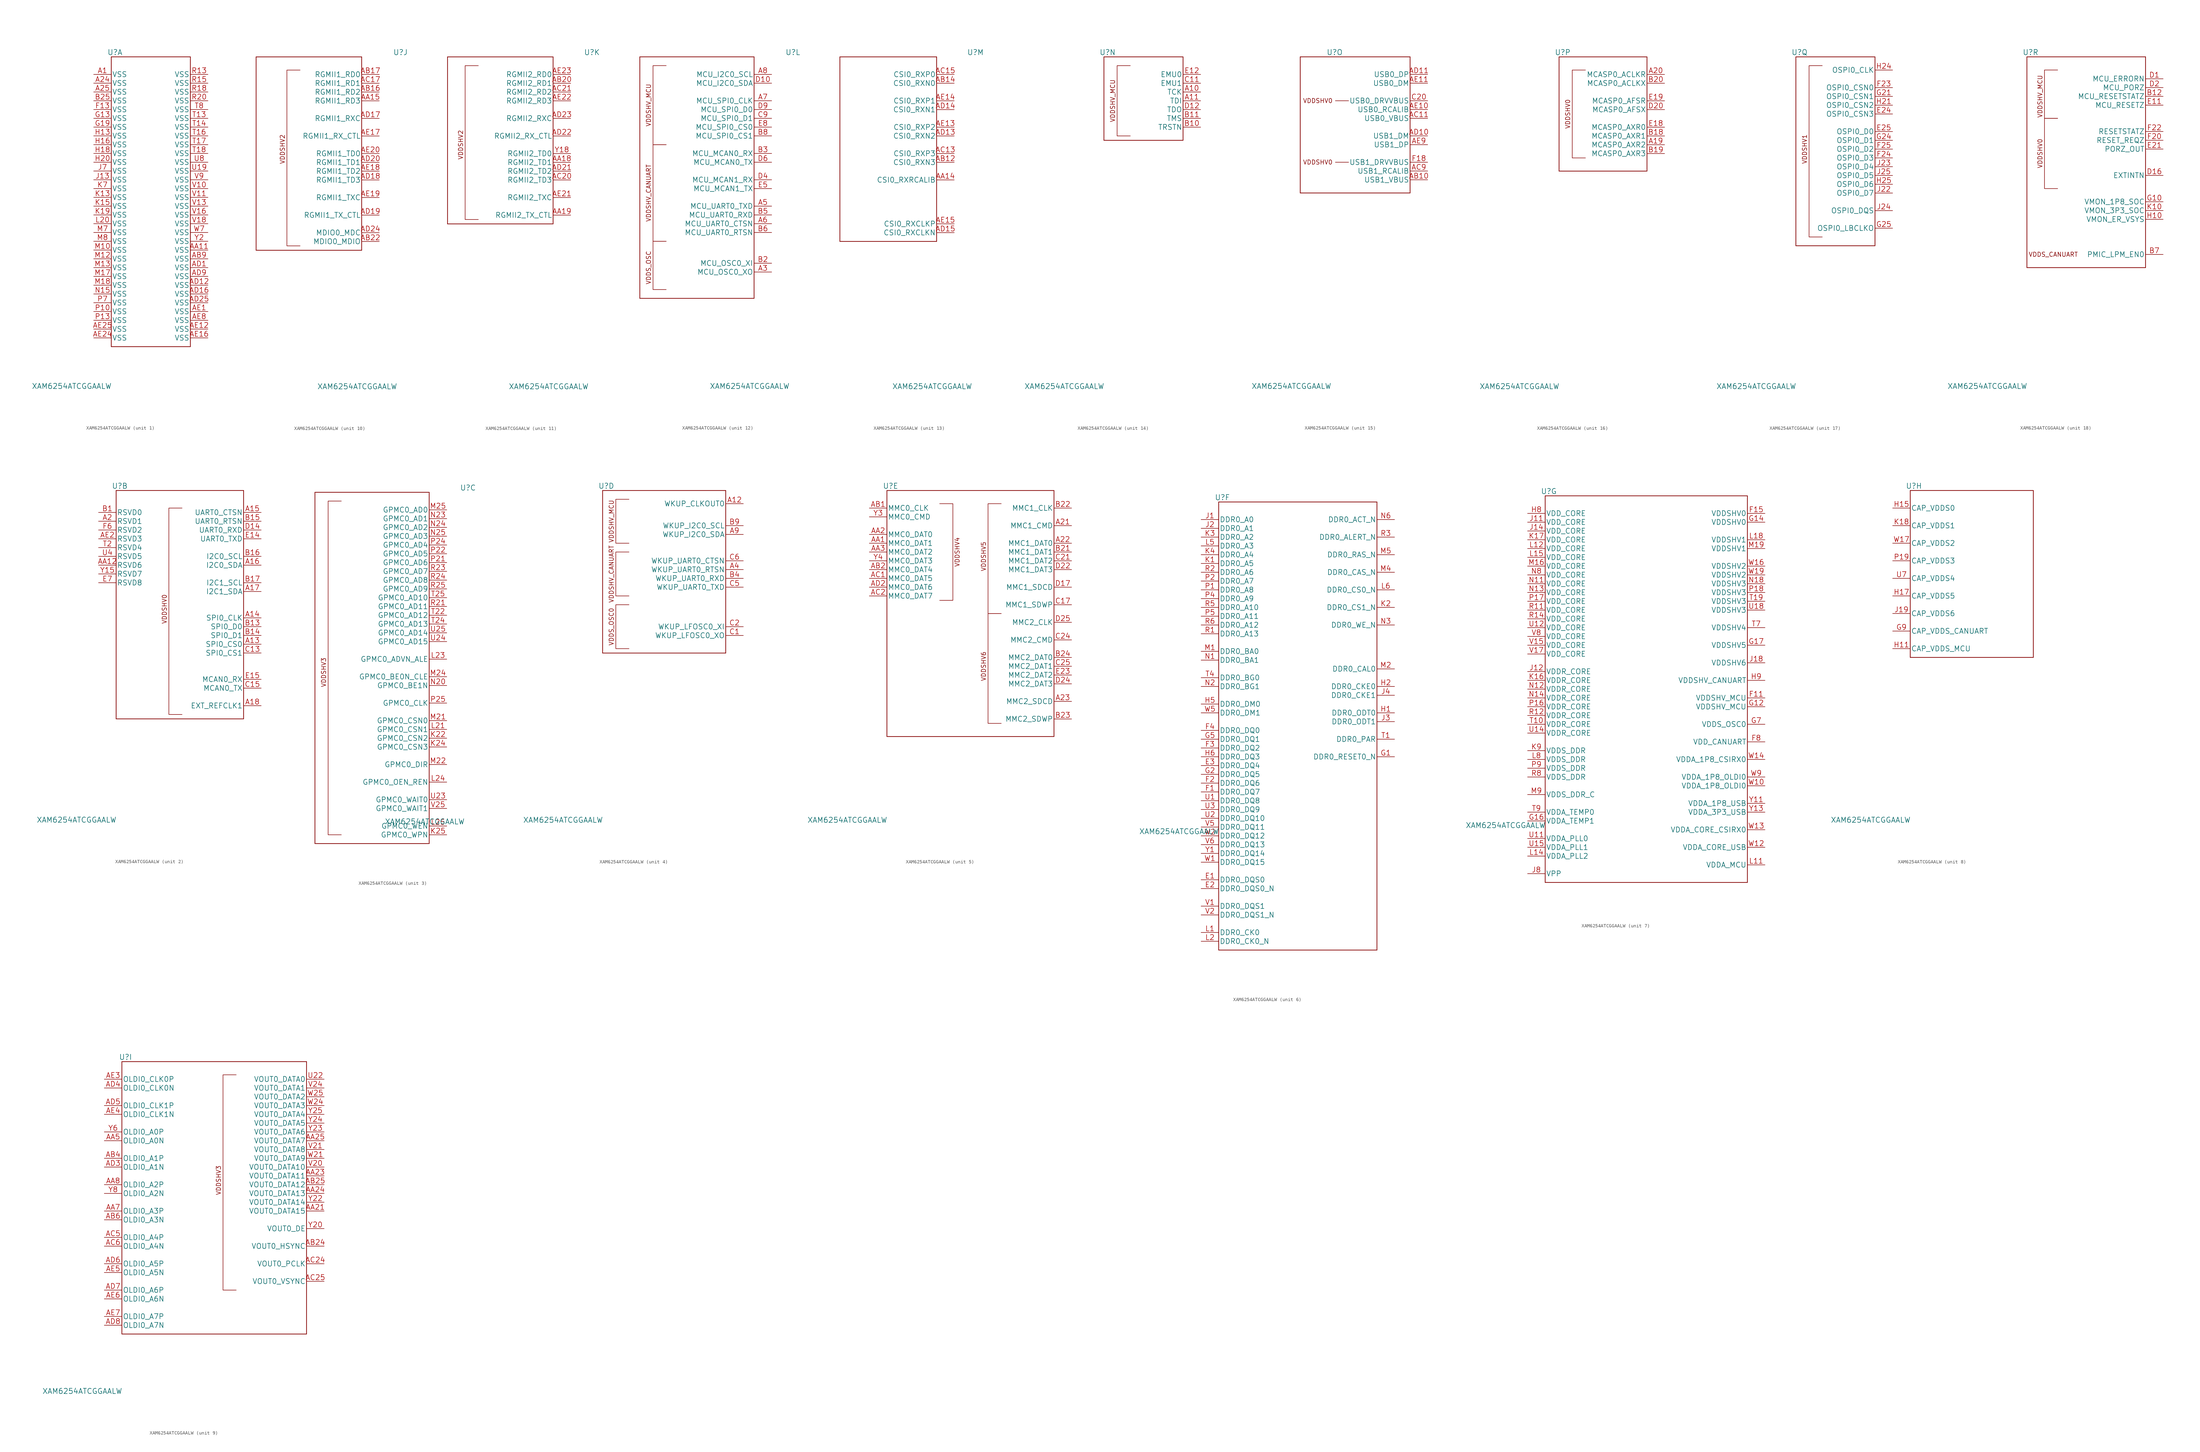
<source format=kicad_sym>
(kicad_symbol_lib
  (version 20220914)
  (generator kicad_symbol_editor)
  (symbol "XAM6254ATCGGAALW"
    (pin_names
      (offset 0.254))
    (property "Reference" "U"
      (at 6.14 6.389 0)
      (effects (font (size 1.524 1.524))))
    (property "Value" "XAM6254ATCGGAALW"
      (at -6.35 -90.17 0)
      (effects (font (size 1.524 1.524))))
    (property "Datasheet" ""
      (at 1.27 1.27 0)
      (effects (font (size 1.524 1.524))))
    (property "ki_locked" ""
      (at 0 0 0)
      (effects (font (size 1.27 1.27))))
    (symbol "XAM6254ATCGGAALW_1_1"
      (polyline (pts (xy 5.08 -78.74) (xy 27.94 -78.74)) (stroke (width 0.203) (type default)) (fill (type none)))
      (polyline (pts (xy 5.08 5.08) (xy 5.08 -78.74)) (stroke (width 0.203) (type default)) (fill (type none)))
      (polyline (pts (xy 27.94 -78.74) (xy 27.94 5.08)) (stroke (width 0.203) (type default)) (fill (type none)))
      (polyline (pts (xy 27.94 5.08) (xy 5.08 5.08)) (stroke (width 0.203) (type default)) (fill (type none)))
      (pin power_in line (at 0 0 0) (length 5.08) (name "VSS" (effects (font (size 1.499 1.499)))) (number "A1" (effects (font (size 1.499 1.499)))))
      (pin power_in line (at 0 -2.54 0) (length 5.08) (name "VSS" (effects (font (size 1.499 1.499)))) (number "A24" (effects (font (size 1.499 1.499)))))
      (pin power_in line (at 0 -5.08 0) (length 5.08) (name "VSS" (effects (font (size 1.499 1.499)))) (number "A25" (effects (font (size 1.499 1.499)))))
      (pin power_in line (at 33.02 -50.8 180) (length 5.08) (name "VSS" (effects (font (size 1.499 1.499)))) (number "AA11" (effects (font (size 1.499 1.499)))))
      (pin power_in line (at 33.02 -53.34 180) (length 5.08) (name "VSS" (effects (font (size 1.499 1.499)))) (number "AB9" (effects (font (size 1.499 1.499)))))
      (pin power_in line (at 33.02 -55.88 180) (length 5.08) (name "VSS" (effects (font (size 1.499 1.499)))) (number "AD1" (effects (font (size 1.499 1.499)))))
      (pin power_in line (at 33.02 -60.96 180) (length 5.08) (name "VSS" (effects (font (size 1.499 1.499)))) (number "AD12" (effects (font (size 1.499 1.499)))))
      (pin power_in line (at 33.02 -63.5 180) (length 5.08) (name "VSS" (effects (font (size 1.499 1.499)))) (number "AD16" (effects (font (size 1.499 1.499)))))
      (pin power_in line (at 33.02 -66.04 180) (length 5.08) (name "VSS" (effects (font (size 1.499 1.499)))) (number "AD25" (effects (font (size 1.499 1.499)))))
      (pin power_in line (at 33.02 -58.42 180) (length 5.08) (name "VSS" (effects (font (size 1.499 1.499)))) (number "AD9" (effects (font (size 1.499 1.499)))))
      (pin power_in line (at 33.02 -68.58 180) (length 5.08) (name "VSS" (effects (font (size 1.499 1.499)))) (number "AE1" (effects (font (size 1.499 1.499)))))
      (pin power_in line (at 33.02 -73.66 180) (length 5.08) (name "VSS" (effects (font (size 1.499 1.499)))) (number "AE12" (effects (font (size 1.499 1.499)))))
      (pin power_in line (at 33.02 -76.2 180) (length 5.08) (name "VSS" (effects (font (size 1.499 1.499)))) (number "AE16" (effects (font (size 1.499 1.499)))))
      (pin power_in line (at 0 -76.2 0) (length 5.08) (name "VSS" (effects (font (size 1.499 1.499)))) (number "AE24" (effects (font (size 1.499 1.499)))))
      (pin power_in line (at 0 -73.66 0) (length 5.08) (name "VSS" (effects (font (size 1.499 1.499)))) (number "AE25" (effects (font (size 1.499 1.499)))))
      (pin power_in line (at 33.02 -71.12 180) (length 5.08) (name "VSS" (effects (font (size 1.499 1.499)))) (number "AE8" (effects (font (size 1.499 1.499)))))
      (pin power_in line (at 0 -7.62 0) (length 5.08) (name "VSS" (effects (font (size 1.499 1.499)))) (number "B25" (effects (font (size 1.499 1.499)))))
      (pin power_in line (at 0 -10.16 0) (length 5.08) (name "VSS" (effects (font (size 1.499 1.499)))) (number "F13" (effects (font (size 1.499 1.499)))))
      (pin power_in line (at 0 -12.7 0) (length 5.08) (name "VSS" (effects (font (size 1.499 1.499)))) (number "G13" (effects (font (size 1.499 1.499)))))
      (pin power_in line (at 0 -15.24 0) (length 5.08) (name "VSS" (effects (font (size 1.499 1.499)))) (number "G19" (effects (font (size 1.499 1.499)))))
      (pin power_in line (at 0 -17.78 0) (length 5.08) (name "VSS" (effects (font (size 1.499 1.499)))) (number "H13" (effects (font (size 1.499 1.499)))))
      (pin power_in line (at 0 -20.32 0) (length 5.08) (name "VSS" (effects (font (size 1.499 1.499)))) (number "H16" (effects (font (size 1.499 1.499)))))
      (pin power_in line (at 0 -22.86 0) (length 5.08) (name "VSS" (effects (font (size 1.499 1.499)))) (number "H18" (effects (font (size 1.499 1.499)))))
      (pin power_in line (at 0 -25.4 0) (length 5.08) (name "VSS" (effects (font (size 1.499 1.499)))) (number "H20" (effects (font (size 1.499 1.499)))))
      (pin power_in line (at 0 -30.48 0) (length 5.08) (name "VSS" (effects (font (size 1.499 1.499)))) (number "J13" (effects (font (size 1.499 1.499)))))
      (pin power_in line (at 0 -27.94 0) (length 5.08) (name "VSS" (effects (font (size 1.499 1.499)))) (number "J7" (effects (font (size 1.499 1.499)))))
      (pin power_in line (at 0 -35.56 0) (length 5.08) (name "VSS" (effects (font (size 1.499 1.499)))) (number "K13" (effects (font (size 1.499 1.499)))))
      (pin power_in line (at 0 -38.1 0) (length 5.08) (name "VSS" (effects (font (size 1.499 1.499)))) (number "K15" (effects (font (size 1.499 1.499)))))
      (pin power_in line (at 0 -40.64 0) (length 5.08) (name "VSS" (effects (font (size 1.499 1.499)))) (number "K19" (effects (font (size 1.499 1.499)))))
      (pin power_in line (at 0 -33.02 0) (length 5.08) (name "VSS" (effects (font (size 1.499 1.499)))) (number "K7" (effects (font (size 1.499 1.499)))))
      (pin power_in line (at 0 -43.18 0) (length 5.08) (name "VSS" (effects (font (size 1.499 1.499)))) (number "L20" (effects (font (size 1.499 1.499)))))
      (pin power_in line (at 0 -50.8 0) (length 5.08) (name "VSS" (effects (font (size 1.499 1.499)))) (number "M10" (effects (font (size 1.499 1.499)))))
      (pin power_in line (at 0 -53.34 0) (length 5.08) (name "VSS" (effects (font (size 1.499 1.499)))) (number "M12" (effects (font (size 1.499 1.499)))))
      (pin power_in line (at 0 -55.88 0) (length 5.08) (name "VSS" (effects (font (size 1.499 1.499)))) (number "M13" (effects (font (size 1.499 1.499)))))
      (pin power_in line (at 0 -58.42 0) (length 5.08) (name "VSS" (effects (font (size 1.499 1.499)))) (number "M17" (effects (font (size 1.499 1.499)))))
      (pin power_in line (at 0 -60.96 0) (length 5.08) (name "VSS" (effects (font (size 1.499 1.499)))) (number "M18" (effects (font (size 1.499 1.499)))))
      (pin power_in line (at 0 -45.72 0) (length 5.08) (name "VSS" (effects (font (size 1.499 1.499)))) (number "M7" (effects (font (size 1.499 1.499)))))
      (pin power_in line (at 0 -48.26 0) (length 5.08) (name "VSS" (effects (font (size 1.499 1.499)))) (number "M8" (effects (font (size 1.499 1.499)))))
      (pin power_in line (at 0 -63.5 0) (length 5.08) (name "VSS" (effects (font (size 1.499 1.499)))) (number "N15" (effects (font (size 1.499 1.499)))))
      (pin power_in line (at 0 -68.58 0) (length 5.08) (name "VSS" (effects (font (size 1.499 1.499)))) (number "P10" (effects (font (size 1.499 1.499)))))
      (pin power_in line (at 0 -71.12 0) (length 5.08) (name "VSS" (effects (font (size 1.499 1.499)))) (number "P13" (effects (font (size 1.499 1.499)))))
      (pin power_in line (at 0 -66.04 0) (length 5.08) (name "VSS" (effects (font (size 1.499 1.499)))) (number "P7" (effects (font (size 1.499 1.499)))))
      (pin power_in line (at 33.02 0 180) (length 5.08) (name "VSS" (effects (font (size 1.499 1.499)))) (number "R13" (effects (font (size 1.499 1.499)))))
      (pin power_in line (at 33.02 -2.54 180) (length 5.08) (name "VSS" (effects (font (size 1.499 1.499)))) (number "R15" (effects (font (size 1.499 1.499)))))
      (pin power_in line (at 33.02 -5.08 180) (length 5.08) (name "VSS" (effects (font (size 1.499 1.499)))) (number "R18" (effects (font (size 1.499 1.499)))))
      (pin power_in line (at 33.02 -7.62 180) (length 5.08) (name "VSS" (effects (font (size 1.499 1.499)))) (number "R20" (effects (font (size 1.499 1.499)))))
      (pin power_in line (at 33.02 -12.7 180) (length 5.08) (name "VSS" (effects (font (size 1.499 1.499)))) (number "T13" (effects (font (size 1.499 1.499)))))
      (pin power_in line (at 33.02 -15.24 180) (length 5.08) (name "VSS" (effects (font (size 1.499 1.499)))) (number "T14" (effects (font (size 1.499 1.499)))))
      (pin power_in line (at 33.02 -17.78 180) (length 5.08) (name "VSS" (effects (font (size 1.499 1.499)))) (number "T16" (effects (font (size 1.499 1.499)))))
      (pin power_in line (at 33.02 -20.32 180) (length 5.08) (name "VSS" (effects (font (size 1.499 1.499)))) (number "T17" (effects (font (size 1.499 1.499)))))
      (pin power_in line (at 33.02 -22.86 180) (length 5.08) (name "VSS" (effects (font (size 1.499 1.499)))) (number "T18" (effects (font (size 1.499 1.499)))))
      (pin power_in line (at 33.02 -10.16 180) (length 5.08) (name "VSS" (effects (font (size 1.499 1.499)))) (number "T8" (effects (font (size 1.499 1.499)))))
      (pin power_in line (at 33.02 -27.94 180) (length 5.08) (name "VSS" (effects (font (size 1.499 1.499)))) (number "U19" (effects (font (size 1.499 1.499)))))
      (pin power_in line (at 33.02 -25.4 180) (length 5.08) (name "VSS" (effects (font (size 1.499 1.499)))) (number "U8" (effects (font (size 1.499 1.499)))))
      (pin power_in line (at 33.02 -33.02 180) (length 5.08) (name "VSS" (effects (font (size 1.499 1.499)))) (number "V10" (effects (font (size 1.499 1.499)))))
      (pin power_in line (at 33.02 -35.56 180) (length 5.08) (name "VSS" (effects (font (size 1.499 1.499)))) (number "V11" (effects (font (size 1.499 1.499)))))
      (pin power_in line (at 33.02 -38.1 180) (length 5.08) (name "VSS" (effects (font (size 1.499 1.499)))) (number "V13" (effects (font (size 1.499 1.499)))))
      (pin power_in line (at 33.02 -40.64 180) (length 5.08) (name "VSS" (effects (font (size 1.499 1.499)))) (number "V16" (effects (font (size 1.499 1.499)))))
      (pin power_in line (at 33.02 -43.18 180) (length 5.08) (name "VSS" (effects (font (size 1.499 1.499)))) (number "V18" (effects (font (size 1.499 1.499)))))
      (pin power_in line (at 33.02 -30.48 180) (length 5.08) (name "VSS" (effects (font (size 1.499 1.499)))) (number "V9" (effects (font (size 1.499 1.499)))))
      (pin power_in line (at 33.02 -45.72 180) (length 5.08) (name "VSS" (effects (font (size 1.499 1.499)))) (number "W7" (effects (font (size 1.499 1.499)))))
      (pin power_in line (at 33.02 -48.26 180) (length 5.08) (name "VSS" (effects (font (size 1.499 1.499)))) (number "Y2" (effects (font (size 1.499 1.499))))))
    (symbol "XAM6254ATCGGAALW_2_0"
      (polyline (pts (xy 24.13 0) (xy 20.32 0) (xy 20.32 -59.69) (xy 24.13 -59.69)) (stroke (width 0) (type default)) (fill (type none))))
    (symbol "XAM6254ATCGGAALW_2_1"
      (polyline (pts (xy 5.08 -60.96) (xy 41.91 -60.96)) (stroke (width 0.203) (type default)) (fill (type none)))
      (polyline (pts (xy 5.08 5.08) (xy 5.08 -60.96)) (stroke (width 0.203) (type default)) (fill (type none)))
      (polyline (pts (xy 41.91 5.08) (xy 5.08 5.08)) (stroke (width 0.203) (type default)) (fill (type none)))
      (polyline (pts (xy 41.91 5.08) (xy 41.91 -60.96)) (stroke (width 0.203) (type default)) (fill (type none)))
      (text "VDDSHV0" (at 19.05 -29.21 900) (effects (font (size 1.27 1.27))))
      (pin bidirectional line (at 46.99 -39.37 180) (length 5.08) (name "SPI0_CS0" (effects (font (size 1.499 1.499)))) (number "A13" (effects (font (size 1.499 1.499)))))
      (pin bidirectional line (at 46.99 -31.75 180) (length 5.08) (name "SPI0_CLK" (effects (font (size 1.499 1.499)))) (number "A14" (effects (font (size 1.499 1.499)))))
      (pin input line (at 46.99 -1.27 180) (length 5.08) (name "UART0_CTSN" (effects (font (size 1.499 1.499)))) (number "A15" (effects (font (size 1.499 1.499)))))
      (pin bidirectional line (at 46.99 -16.51 180) (length 5.08) (name "I2C0_SDA" (effects (font (size 1.499 1.499)))) (number "A16" (effects (font (size 1.499 1.499)))))
      (pin bidirectional line (at 46.99 -24.13 180) (length 5.08) (name "I2C1_SDA" (effects (font (size 1.499 1.499)))) (number "A17" (effects (font (size 1.499 1.499)))))
      (pin input line (at 46.99 -57.15 180) (length 5.08) (name "EXT_REFCLK1" (effects (font (size 1.499 1.499)))) (number "A18" (effects (font (size 1.499 1.499)))))
      (pin unspecified line (at 0 -3.81 0) (length 5.08) (name "RSVD1" (effects (font (size 1.499 1.499)))) (number "A2" (effects (font (size 1.499 1.499)))))
      (pin unspecified line (at 0 -16.51 0) (length 5.08) (name "RSVD6" (effects (font (size 1.499 1.499)))) (number "AA12" (effects (font (size 1.499 1.499)))))
      (pin unspecified line (at 0 -8.89 0) (length 5.08) (name "RSVD3" (effects (font (size 1.499 1.499)))) (number "AE2" (effects (font (size 1.499 1.499)))))
      (pin unspecified line (at 0 -1.27 0) (length 5.08) (name "RSVD0" (effects (font (size 1.499 1.499)))) (number "B1" (effects (font (size 1.499 1.499)))))
      (pin bidirectional line (at 46.99 -34.29 180) (length 5.08) (name "SPI0_D0" (effects (font (size 1.499 1.499)))) (number "B13" (effects (font (size 1.499 1.499)))))
      (pin bidirectional line (at 46.99 -36.83 180) (length 5.08) (name "SPI0_D1" (effects (font (size 1.499 1.499)))) (number "B14" (effects (font (size 1.499 1.499)))))
      (pin output line (at 46.99 -3.81 180) (length 5.08) (name "UART0_RTSN" (effects (font (size 1.499 1.499)))) (number "B15" (effects (font (size 1.499 1.499)))))
      (pin bidirectional line (at 46.99 -13.97 180) (length 5.08) (name "I2C0_SCL" (effects (font (size 1.499 1.499)))) (number "B16" (effects (font (size 1.499 1.499)))))
      (pin bidirectional line (at 46.99 -21.59 180) (length 5.08) (name "I2C1_SCL" (effects (font (size 1.499 1.499)))) (number "B17" (effects (font (size 1.499 1.499)))))
      (pin bidirectional line (at 46.99 -41.91 180) (length 5.08) (name "SPI0_CS1" (effects (font (size 1.499 1.499)))) (number "C13" (effects (font (size 1.499 1.499)))))
      (pin output line (at 46.99 -52.07 180) (length 5.08) (name "MCAN0_TX" (effects (font (size 1.499 1.499)))) (number "C15" (effects (font (size 1.499 1.499)))))
      (pin input line (at 46.99 -6.35 180) (length 5.08) (name "UART0_RXD" (effects (font (size 1.499 1.499)))) (number "D14" (effects (font (size 1.499 1.499)))))
      (pin output line (at 46.99 -8.89 180) (length 5.08) (name "UART0_TXD" (effects (font (size 1.499 1.499)))) (number "E14" (effects (font (size 1.499 1.499)))))
      (pin input line (at 46.99 -49.53 180) (length 5.08) (name "MCAN0_RX" (effects (font (size 1.499 1.499)))) (number "E15" (effects (font (size 1.499 1.499)))))
      (pin unspecified line (at 0 -21.59 0) (length 5.08) (name "RSVD8" (effects (font (size 1.499 1.499)))) (number "E7" (effects (font (size 1.499 1.499)))))
      (pin unspecified line (at 0 -6.35 0) (length 5.08) (name "RSVD2" (effects (font (size 1.499 1.499)))) (number "F6" (effects (font (size 1.499 1.499)))))
      (pin unspecified line (at 0 -11.43 0) (length 5.08) (name "RSVD4" (effects (font (size 1.499 1.499)))) (number "T2" (effects (font (size 1.499 1.499)))))
      (pin unspecified line (at 0 -13.97 0) (length 5.08) (name "RSVD5" (effects (font (size 1.499 1.499)))) (number "U4" (effects (font (size 1.499 1.499)))))
      (pin unspecified line (at 0 -19.05 0) (length 5.08) (name "RSVD7" (effects (font (size 1.499 1.499)))) (number "Y15" (effects (font (size 1.499 1.499))))))
    (symbol "XAM6254ATCGGAALW_3_0"
      (polyline (pts (xy -30.48 2.54) (xy -34.29 2.54) (xy -34.29 -93.98) (xy -30.48 -93.98)) (stroke (width 0) (type default)) (fill (type none))))
    (symbol "XAM6254ATCGGAALW_3_1"
      (polyline (pts (xy -38.1 -96.52) (xy -5.08 -96.52)) (stroke (width 0.203) (type default)) (fill (type none)))
      (polyline (pts (xy -38.1 5.08) (xy -38.1 -96.52)) (stroke (width 0.203) (type default)) (fill (type none)))
      (polyline (pts (xy -5.08 -96.52) (xy -5.08 5.08)) (stroke (width 0.203) (type default)) (fill (type none)))
      (polyline (pts (xy -5.08 5.08) (xy -38.1 5.08)) (stroke (width 0.203) (type default)) (fill (type none)))
      (text "VDDSHV3" (at -35.56 -46.99 900) (effects (font (size 1.27 1.27))))
      (pin output line (at 0 -66.04 180) (length 5.08) (name "GPMC0_CSN2" (effects (font (size 1.499 1.499)))) (number "K22" (effects (font (size 1.499 1.499)))))
      (pin output line (at 0 -68.58 180) (length 5.08) (name "GPMC0_CSN3" (effects (font (size 1.499 1.499)))) (number "K24" (effects (font (size 1.499 1.499)))))
      (pin output line (at 0 -93.98 180) (length 5.08) (name "GPMC0_WPN" (effects (font (size 1.499 1.499)))) (number "K25" (effects (font (size 1.499 1.499)))))
      (pin output line (at 0 -63.5 180) (length 5.08) (name "GPMC0_CSN1" (effects (font (size 1.499 1.499)))) (number "L21" (effects (font (size 1.499 1.499)))))
      (pin output line (at 0 -43.18 180) (length 5.08) (name "GPMC0_ADVN_ALE" (effects (font (size 1.499 1.499)))) (number "L23" (effects (font (size 1.499 1.499)))))
      (pin output line (at 0 -78.74 180) (length 5.08) (name "GPMC0_OEN_REN" (effects (font (size 1.499 1.499)))) (number "L24" (effects (font (size 1.499 1.499)))))
      (pin output line (at 0 -91.44 180) (length 5.08) (name "GPMC0_WEN" (effects (font (size 1.499 1.499)))) (number "L25" (effects (font (size 1.499 1.499)))))
      (pin output line (at 0 -60.96 180) (length 5.08) (name "GPMC0_CSN0" (effects (font (size 1.499 1.499)))) (number "M21" (effects (font (size 1.499 1.499)))))
      (pin output line (at 0 -73.66 180) (length 5.08) (name "GPMC0_DIR" (effects (font (size 1.499 1.499)))) (number "M22" (effects (font (size 1.499 1.499)))))
      (pin output line (at 0 -48.26 180) (length 5.08) (name "GPMC0_BE0N_CLE" (effects (font (size 1.499 1.499)))) (number "M24" (effects (font (size 1.499 1.499)))))
      (pin bidirectional line (at 0 0 180) (length 5.08) (name "GPMC0_AD0" (effects (font (size 1.499 1.499)))) (number "M25" (effects (font (size 1.499 1.499)))))
      (pin output line (at 0 -50.8 180) (length 5.08) (name "GPMC0_BE1N" (effects (font (size 1.499 1.499)))) (number "N20" (effects (font (size 1.499 1.499)))))
      (pin bidirectional line (at 0 -2.54 180) (length 5.08) (name "GPMC0_AD1" (effects (font (size 1.499 1.499)))) (number "N23" (effects (font (size 1.499 1.499)))))
      (pin bidirectional line (at 0 -5.08 180) (length 5.08) (name "GPMC0_AD2" (effects (font (size 1.499 1.499)))) (number "N24" (effects (font (size 1.499 1.499)))))
      (pin bidirectional line (at 0 -7.62 180) (length 5.08) (name "GPMC0_AD3" (effects (font (size 1.499 1.499)))) (number "N25" (effects (font (size 1.499 1.499)))))
      (pin bidirectional line (at 0 -15.24 180) (length 5.08) (name "GPMC0_AD6" (effects (font (size 1.499 1.499)))) (number "P21" (effects (font (size 1.499 1.499)))))
      (pin bidirectional line (at 0 -12.7 180) (length 5.08) (name "GPMC0_AD5" (effects (font (size 1.499 1.499)))) (number "P22" (effects (font (size 1.499 1.499)))))
      (pin bidirectional line (at 0 -10.16 180) (length 5.08) (name "GPMC0_AD4" (effects (font (size 1.499 1.499)))) (number "P24" (effects (font (size 1.499 1.499)))))
      (pin output line (at 0 -55.88 180) (length 5.08) (name "GPMC0_CLK" (effects (font (size 1.499 1.499)))) (number "P25" (effects (font (size 1.499 1.499)))))
      (pin bidirectional line (at 0 -27.94 180) (length 5.08) (name "GPMC0_AD11" (effects (font (size 1.499 1.499)))) (number "R21" (effects (font (size 1.499 1.499)))))
      (pin bidirectional line (at 0 -17.78 180) (length 5.08) (name "GPMC0_AD7" (effects (font (size 1.499 1.499)))) (number "R23" (effects (font (size 1.499 1.499)))))
      (pin bidirectional line (at 0 -20.32 180) (length 5.08) (name "GPMC0_AD8" (effects (font (size 1.499 1.499)))) (number "R24" (effects (font (size 1.499 1.499)))))
      (pin bidirectional line (at 0 -22.86 180) (length 5.08) (name "GPMC0_AD9" (effects (font (size 1.499 1.499)))) (number "R25" (effects (font (size 1.499 1.499)))))
      (pin bidirectional line (at 0 -30.48 180) (length 5.08) (name "GPMC0_AD12" (effects (font (size 1.499 1.499)))) (number "T22" (effects (font (size 1.499 1.499)))))
      (pin bidirectional line (at 0 -33.02 180) (length 5.08) (name "GPMC0_AD13" (effects (font (size 1.499 1.499)))) (number "T24" (effects (font (size 1.499 1.499)))))
      (pin bidirectional line (at 0 -25.4 180) (length 5.08) (name "GPMC0_AD10" (effects (font (size 1.499 1.499)))) (number "T25" (effects (font (size 1.499 1.499)))))
      (pin input line (at 0 -83.82 180) (length 5.08) (name "GPMC0_WAIT0" (effects (font (size 1.499 1.499)))) (number "U23" (effects (font (size 1.499 1.499)))))
      (pin bidirectional line (at 0 -38.1 180) (length 5.08) (name "GPMC0_AD15" (effects (font (size 1.499 1.499)))) (number "U24" (effects (font (size 1.499 1.499)))))
      (pin bidirectional line (at 0 -35.56 180) (length 5.08) (name "GPMC0_AD14" (effects (font (size 1.499 1.499)))) (number "U25" (effects (font (size 1.499 1.499)))))
      (pin input line (at 0 -86.36 180) (length 5.08) (name "GPMC0_WAIT1" (effects (font (size 1.499 1.499)))) (number "V25" (effects (font (size 1.499 1.499))))))
    (symbol "XAM6254ATCGGAALW_4_0"
      (polyline (pts (xy 12.7 -27.94) (xy 8.89 -27.94) (xy 8.89 -40.64) (xy 12.7 -40.64)) (stroke (width 0) (type default)) (fill (type none)))
      (polyline (pts (xy 12.7 -12.7) (xy 8.89 -12.7) (xy 8.89 -25.4) (xy 12.7 -25.4)) (stroke (width 0) (type default)) (fill (type none)))
      (polyline (pts (xy 12.7 2.54) (xy 8.89 2.54) (xy 8.89 -10.16) (xy 12.7 -10.16)) (stroke (width 0) (type default)) (fill (type none))))
    (symbol "XAM6254ATCGGAALW_4_1"
      (polyline (pts (xy 5.08 -41.91) (xy 5.08 5.08)) (stroke (width 0.203) (type default)) (fill (type none)))
      (polyline (pts (xy 5.08 5.08) (xy 40.64 5.08)) (stroke (width 0.203) (type default)) (fill (type none)))
      (polyline (pts (xy 40.64 -41.91) (xy 5.08 -41.91)) (stroke (width 0.203) (type default)) (fill (type none)))
      (polyline (pts (xy 40.64 5.08) (xy 40.64 -41.91)) (stroke (width 0.203) (type default)) (fill (type none)))
      (text "VDDS_OSC0" (at 7.62 -34.29 900) (effects (font (size 1.27 1.27))))
      (text "VDDSHV_CANUART" (at 7.62 -19.05 900) (effects (font (size 1.27 1.27))))
      (text "VDDSHV_MCU" (at 7.62 -3.81 900) (effects (font (size 1.27 1.27))))
      (pin output line (at 45.72 1.27 180) (length 5.08) (name "WKUP_CLKOUT0" (effects (font (size 1.499 1.499)))) (number "A12" (effects (font (size 1.499 1.499)))))
      (pin output line (at 45.72 -17.78 180) (length 5.08) (name "WKUP_UART0_RTSN" (effects (font (size 1.499 1.499)))) (number "A4" (effects (font (size 1.499 1.499)))))
      (pin bidirectional line (at 45.72 -7.62 180) (length 5.08) (name "WKUP_I2C0_SDA" (effects (font (size 1.499 1.499)))) (number "A9" (effects (font (size 1.499 1.499)))))
      (pin input line (at 45.72 -20.32 180) (length 5.08) (name "WKUP_UART0_RXD" (effects (font (size 1.499 1.499)))) (number "B4" (effects (font (size 1.499 1.499)))))
      (pin bidirectional line (at 45.72 -5.08 180) (length 5.08) (name "WKUP_I2C0_SCL" (effects (font (size 1.499 1.499)))) (number "B9" (effects (font (size 1.499 1.499)))))
      (pin output line (at 45.72 -36.83 180) (length 5.08) (name "WKUP_LFOSC0_XO" (effects (font (size 1.499 1.499)))) (number "C1" (effects (font (size 1.499 1.499)))))
      (pin input line (at 45.72 -34.29 180) (length 5.08) (name "WKUP_LFOSC0_XI" (effects (font (size 1.499 1.499)))) (number "C2" (effects (font (size 1.499 1.499)))))
      (pin output line (at 45.72 -22.86 180) (length 5.08) (name "WKUP_UART0_TXD" (effects (font (size 1.499 1.499)))) (number "C5" (effects (font (size 1.499 1.499)))))
      (pin input line (at 45.72 -15.24 180) (length 5.08) (name "WKUP_UART0_CTSN" (effects (font (size 1.499 1.499)))) (number "C6" (effects (font (size 1.499 1.499))))))
    (symbol "XAM6254ATCGGAALW_5_0"
      (polyline (pts (xy 20.32 1.27) (xy 24.13 1.27) (xy 24.13 -26.67) (xy 20.32 -26.67)) (stroke (width 0) (type default)) (fill (type none)))
      (polyline (pts (xy 38.1 -30.48) (xy 34.29 -30.48) (xy 34.29 -62.23) (xy 38.1 -62.23)) (stroke (width 0) (type default)) (fill (type none)))
      (polyline (pts (xy 38.1 1.27) (xy 34.29 1.27) (xy 34.29 -30.48) (xy 38.1 -30.48)) (stroke (width 0) (type default)) (fill (type none))))
    (symbol "XAM6254ATCGGAALW_5_1"
      (polyline (pts (xy 5.08 -66.04) (xy 53.34 -66.04)) (stroke (width 0.203) (type default)) (fill (type none)))
      (polyline (pts (xy 5.08 5.08) (xy 5.08 -66.04)) (stroke (width 0.203) (type default)) (fill (type none)))
      (polyline (pts (xy 53.34 -66.04) (xy 53.34 5.08)) (stroke (width 0.203) (type default)) (fill (type none)))
      (polyline (pts (xy 53.34 5.08) (xy 5.08 5.08)) (stroke (width 0.203) (type default)) (fill (type none)))
      (text "VDDSHV4" (at 25.4 -12.7 900) (effects (font (size 1.27 1.27))))
      (text "VDDSHV5" (at 33.02 -13.97 900) (effects (font (size 1.27 1.27))))
      (text "VDDSHV6" (at 33.02 -45.72 900) (effects (font (size 1.27 1.27))))
      (pin bidirectional line (at 58.42 -5.08 180) (length 5.08) (name "MMC1_CMD" (effects (font (size 1.499 1.499)))) (number "A21" (effects (font (size 1.499 1.499)))))
      (pin bidirectional line (at 58.42 -10.16 180) (length 5.08) (name "MMC1_DAT0" (effects (font (size 1.499 1.499)))) (number "A22" (effects (font (size 1.499 1.499)))))
      (pin input line (at 58.42 -55.88 180) (length 5.08) (name "MMC2_SDCD" (effects (font (size 1.499 1.499)))) (number "A23" (effects (font (size 1.499 1.499)))))
      (pin bidirectional line (at 0 -10.16 0) (length 5.08) (name "MMC0_DAT1" (effects (font (size 1.499 1.499)))) (number "AA1" (effects (font (size 1.499 1.499)))))
      (pin bidirectional line (at 0 -7.62 0) (length 5.08) (name "MMC0_DAT0" (effects (font (size 1.499 1.499)))) (number "AA2" (effects (font (size 1.499 1.499)))))
      (pin bidirectional line (at 0 -12.7 0) (length 5.08) (name "MMC0_DAT2" (effects (font (size 1.499 1.499)))) (number "AA3" (effects (font (size 1.499 1.499)))))
      (pin bidirectional line (at 0 0 0) (length 5.08) (name "MMC0_CLK" (effects (font (size 1.499 1.499)))) (number "AB1" (effects (font (size 1.499 1.499)))))
      (pin bidirectional line (at 0 -17.78 0) (length 5.08) (name "MMC0_DAT4" (effects (font (size 1.499 1.499)))) (number "AB2" (effects (font (size 1.499 1.499)))))
      (pin bidirectional line (at 0 -20.32 0) (length 5.08) (name "MMC0_DAT5" (effects (font (size 1.499 1.499)))) (number "AC1" (effects (font (size 1.499 1.499)))))
      (pin bidirectional line (at 0 -25.4 0) (length 5.08) (name "MMC0_DAT7" (effects (font (size 1.499 1.499)))) (number "AC2" (effects (font (size 1.499 1.499)))))
      (pin bidirectional line (at 0 -22.86 0) (length 5.08) (name "MMC0_DAT6" (effects (font (size 1.499 1.499)))) (number "AD2" (effects (font (size 1.499 1.499)))))
      (pin input line (at 58.42 -12.7 180) (length 5.08) (name "MMC1_DAT1" (effects (font (size 1.499 1.499)))) (number "B21" (effects (font (size 1.499 1.499)))))
      (pin bidirectional line (at 58.42 0 180) (length 5.08) (name "MMC1_CLK" (effects (font (size 1.499 1.499)))) (number "B22" (effects (font (size 1.499 1.499)))))
      (pin input line (at 58.42 -60.96 180) (length 5.08) (name "MMC2_SDWP" (effects (font (size 1.499 1.499)))) (number "B23" (effects (font (size 1.499 1.499)))))
      (pin bidirectional line (at 58.42 -43.18 180) (length 5.08) (name "MMC2_DAT0" (effects (font (size 1.499 1.499)))) (number "B24" (effects (font (size 1.499 1.499)))))
      (pin input line (at 58.42 -27.94 180) (length 5.08) (name "MMC1_SDWP" (effects (font (size 1.499 1.499)))) (number "C17" (effects (font (size 1.499 1.499)))))
      (pin bidirectional line (at 58.42 -15.24 180) (length 5.08) (name "MMC1_DAT2" (effects (font (size 1.499 1.499)))) (number "C21" (effects (font (size 1.499 1.499)))))
      (pin bidirectional line (at 58.42 -38.1 180) (length 5.08) (name "MMC2_CMD" (effects (font (size 1.499 1.499)))) (number "C24" (effects (font (size 1.499 1.499)))))
      (pin bidirectional line (at 58.42 -45.72 180) (length 5.08) (name "MMC2_DAT1" (effects (font (size 1.499 1.499)))) (number "C25" (effects (font (size 1.499 1.499)))))
      (pin input line (at 58.42 -22.86 180) (length 5.08) (name "MMC1_SDCD" (effects (font (size 1.499 1.499)))) (number "D17" (effects (font (size 1.499 1.499)))))
      (pin bidirectional line (at 58.42 -17.78 180) (length 5.08) (name "MMC1_DAT3" (effects (font (size 1.499 1.499)))) (number "D22" (effects (font (size 1.499 1.499)))))
      (pin bidirectional line (at 58.42 -50.8 180) (length 5.08) (name "MMC2_DAT3" (effects (font (size 1.499 1.499)))) (number "D24" (effects (font (size 1.499 1.499)))))
      (pin bidirectional line (at 58.42 -33.02 180) (length 5.08) (name "MMC2_CLK" (effects (font (size 1.499 1.499)))) (number "D25" (effects (font (size 1.499 1.499)))))
      (pin bidirectional line (at 58.42 -48.26 180) (length 5.08) (name "MMC2_DAT2" (effects (font (size 1.499 1.499)))) (number "E23" (effects (font (size 1.499 1.499)))))
      (pin bidirectional line (at 0 -2.54 0) (length 5.08) (name "MMC0_CMD" (effects (font (size 1.499 1.499)))) (number "Y3" (effects (font (size 1.499 1.499)))))
      (pin bidirectional line (at 0 -15.24 0) (length 5.08) (name "MMC0_DAT3" (effects (font (size 1.499 1.499)))) (number "Y4" (effects (font (size 1.499 1.499))))))
    (symbol "XAM6254ATCGGAALW_6_1"
      (polyline (pts (xy 5.08 -124.46) (xy 50.8 -124.46)) (stroke (width 0.203) (type default)) (fill (type none)))
      (polyline (pts (xy 5.08 5.08) (xy 5.08 -124.46)) (stroke (width 0.203) (type default)) (fill (type none)))
      (polyline (pts (xy 50.8 -124.46) (xy 50.8 5.08)) (stroke (width 0.203) (type default)) (fill (type none)))
      (polyline (pts (xy 50.8 5.08) (xy 5.08 5.08)) (stroke (width 0.203) (type default)) (fill (type none)))
      (pin bidirectional line (at 0 -104.14 0) (length 5.08) (name "DDR0_DQS0" (effects (font (size 1.499 1.499)))) (number "E1" (effects (font (size 1.499 1.499)))))
      (pin bidirectional line (at 0 -106.68 0) (length 5.08) (name "DDR0_DQS0_N" (effects (font (size 1.499 1.499)))) (number "E2" (effects (font (size 1.499 1.499)))))
      (pin bidirectional line (at 0 -71.12 0) (length 5.08) (name "DDR0_DQ4" (effects (font (size 1.499 1.499)))) (number "E3" (effects (font (size 1.499 1.499)))))
      (pin bidirectional line (at 0 -78.74 0) (length 5.08) (name "DDR0_DQ7" (effects (font (size 1.499 1.499)))) (number "F1" (effects (font (size 1.499 1.499)))))
      (pin bidirectional line (at 0 -76.2 0) (length 5.08) (name "DDR0_DQ6" (effects (font (size 1.499 1.499)))) (number "F2" (effects (font (size 1.499 1.499)))))
      (pin bidirectional line (at 0 -66.04 0) (length 5.08) (name "DDR0_DQ2" (effects (font (size 1.499 1.499)))) (number "F3" (effects (font (size 1.499 1.499)))))
      (pin bidirectional line (at 0 -60.96 0) (length 5.08) (name "DDR0_DQ0" (effects (font (size 1.499 1.499)))) (number "F4" (effects (font (size 1.499 1.499)))))
      (pin output line (at 55.88 -68.58 180) (length 5.08) (name "DDR0_RESET0_N" (effects (font (size 1.499 1.499)))) (number "G1" (effects (font (size 1.499 1.499)))))
      (pin bidirectional line (at 0 -73.66 0) (length 5.08) (name "DDR0_DQ5" (effects (font (size 1.499 1.499)))) (number "G2" (effects (font (size 1.499 1.499)))))
      (pin bidirectional line (at 0 -63.5 0) (length 5.08) (name "DDR0_DQ1" (effects (font (size 1.499 1.499)))) (number "G5" (effects (font (size 1.499 1.499)))))
      (pin output line (at 55.88 -55.88 180) (length 5.08) (name "DDR0_ODT0" (effects (font (size 1.499 1.499)))) (number "H1" (effects (font (size 1.499 1.499)))))
      (pin output line (at 55.88 -48.26 180) (length 5.08) (name "DDR0_CKE0" (effects (font (size 1.499 1.499)))) (number "H2" (effects (font (size 1.499 1.499)))))
      (pin bidirectional line (at 0 -53.34 0) (length 5.08) (name "DDR0_DM0" (effects (font (size 1.499 1.499)))) (number "H5" (effects (font (size 1.499 1.499)))))
      (pin bidirectional line (at 0 -68.58 0) (length 5.08) (name "DDR0_DQ3" (effects (font (size 1.499 1.499)))) (number "H6" (effects (font (size 1.499 1.499)))))
      (pin output line (at 0 0 0) (length 5.08) (name "DDR0_A0" (effects (font (size 1.499 1.499)))) (number "J1" (effects (font (size 1.499 1.499)))))
      (pin output line (at 0 -2.54 0) (length 5.08) (name "DDR0_A1" (effects (font (size 1.499 1.499)))) (number "J2" (effects (font (size 1.499 1.499)))))
      (pin output line (at 55.88 -58.42 180) (length 5.08) (name "DDR0_ODT1" (effects (font (size 1.499 1.499)))) (number "J3" (effects (font (size 1.499 1.499)))))
      (pin output line (at 55.88 -50.8 180) (length 5.08) (name "DDR0_CKE1" (effects (font (size 1.499 1.499)))) (number "J4" (effects (font (size 1.499 1.499)))))
      (pin output line (at 0 -12.7 0) (length 5.08) (name "DDR0_A5" (effects (font (size 1.499 1.499)))) (number "K1" (effects (font (size 1.499 1.499)))))
      (pin output line (at 55.88 -25.4 180) (length 5.08) (name "DDR0_CS1_N" (effects (font (size 1.499 1.499)))) (number "K2" (effects (font (size 1.499 1.499)))))
      (pin output line (at 0 -5.08 0) (length 5.08) (name "DDR0_A2" (effects (font (size 1.499 1.499)))) (number "K3" (effects (font (size 1.499 1.499)))))
      (pin output line (at 0 -10.16 0) (length 5.08) (name "DDR0_A4" (effects (font (size 1.499 1.499)))) (number "K4" (effects (font (size 1.499 1.499)))))
      (pin output line (at 0 -119.38 0) (length 5.08) (name "DDR0_CK0" (effects (font (size 1.499 1.499)))) (number "L1" (effects (font (size 1.499 1.499)))))
      (pin output line (at 0 -121.92 0) (length 5.08) (name "DDR0_CK0_N" (effects (font (size 1.499 1.499)))) (number "L2" (effects (font (size 1.499 1.499)))))
      (pin output line (at 0 -7.62 0) (length 5.08) (name "DDR0_A3" (effects (font (size 1.499 1.499)))) (number "L5" (effects (font (size 1.499 1.499)))))
      (pin output line (at 55.88 -20.32 180) (length 5.08) (name "DDR0_CS0_N" (effects (font (size 1.499 1.499)))) (number "L6" (effects (font (size 1.499 1.499)))))
      (pin output line (at 0 -38.1 0) (length 5.08) (name "DDR0_BA0" (effects (font (size 1.499 1.499)))) (number "M1" (effects (font (size 1.499 1.499)))))
      (pin unspecified line (at 55.88 -43.18 180) (length 5.08) (name "DDR0_CAL0" (effects (font (size 1.499 1.499)))) (number "M2" (effects (font (size 1.499 1.499)))))
      (pin output line (at 55.88 -15.24 180) (length 5.08) (name "DDR0_CAS_N" (effects (font (size 1.499 1.499)))) (number "M4" (effects (font (size 1.499 1.499)))))
      (pin output line (at 55.88 -10.16 180) (length 5.08) (name "DDR0_RAS_N" (effects (font (size 1.499 1.499)))) (number "M5" (effects (font (size 1.499 1.499)))))
      (pin output line (at 0 -40.64 0) (length 5.08) (name "DDR0_BA1" (effects (font (size 1.499 1.499)))) (number "N1" (effects (font (size 1.499 1.499)))))
      (pin output line (at 0 -48.26 0) (length 5.08) (name "DDR0_BG1" (effects (font (size 1.499 1.499)))) (number "N2" (effects (font (size 1.499 1.499)))))
      (pin output line (at 55.88 -30.48 180) (length 5.08) (name "DDR0_WE_N" (effects (font (size 1.499 1.499)))) (number "N3" (effects (font (size 1.499 1.499)))))
      (pin output line (at 55.88 0 180) (length 5.08) (name "DDR0_ACT_N" (effects (font (size 1.499 1.499)))) (number "N6" (effects (font (size 1.499 1.499)))))
      (pin output line (at 0 -20.32 0) (length 5.08) (name "DDR0_A8" (effects (font (size 1.499 1.499)))) (number "P1" (effects (font (size 1.499 1.499)))))
      (pin output line (at 0 -17.78 0) (length 5.08) (name "DDR0_A7" (effects (font (size 1.499 1.499)))) (number "P2" (effects (font (size 1.499 1.499)))))
      (pin output line (at 0 -22.86 0) (length 5.08) (name "DDR0_A9" (effects (font (size 1.499 1.499)))) (number "P4" (effects (font (size 1.499 1.499)))))
      (pin output line (at 0 -27.94 0) (length 5.08) (name "DDR0_A11" (effects (font (size 1.499 1.499)))) (number "P5" (effects (font (size 1.499 1.499)))))
      (pin output line (at 0 -33.02 0) (length 5.08) (name "DDR0_A13" (effects (font (size 1.499 1.499)))) (number "R1" (effects (font (size 1.499 1.499)))))
      (pin output line (at 0 -15.24 0) (length 5.08) (name "DDR0_A6" (effects (font (size 1.499 1.499)))) (number "R2" (effects (font (size 1.499 1.499)))))
      (pin bidirectional line (at 55.88 -5.08 180) (length 5.08) (name "DDR0_ALERT_N" (effects (font (size 1.499 1.499)))) (number "R3" (effects (font (size 1.499 1.499)))))
      (pin output line (at 0 -25.4 0) (length 5.08) (name "DDR0_A10" (effects (font (size 1.499 1.499)))) (number "R5" (effects (font (size 1.499 1.499)))))
      (pin output line (at 0 -30.48 0) (length 5.08) (name "DDR0_A12" (effects (font (size 1.499 1.499)))) (number "R6" (effects (font (size 1.499 1.499)))))
      (pin output line (at 55.88 -63.5 180) (length 5.08) (name "DDR0_PAR" (effects (font (size 1.499 1.499)))) (number "T1" (effects (font (size 1.499 1.499)))))
      (pin output line (at 0 -45.72 0) (length 5.08) (name "DDR0_BG0" (effects (font (size 1.499 1.499)))) (number "T4" (effects (font (size 1.499 1.499)))))
      (pin bidirectional line (at 0 -81.28 0) (length 5.08) (name "DDR0_DQ8" (effects (font (size 1.499 1.499)))) (number "U1" (effects (font (size 1.499 1.499)))))
      (pin bidirectional line (at 0 -86.36 0) (length 5.08) (name "DDR0_DQ10" (effects (font (size 1.499 1.499)))) (number "U2" (effects (font (size 1.499 1.499)))))
      (pin bidirectional line (at 0 -83.82 0) (length 5.08) (name "DDR0_DQ9" (effects (font (size 1.499 1.499)))) (number "U3" (effects (font (size 1.499 1.499)))))
      (pin bidirectional line (at 0 -111.76 0) (length 5.08) (name "DDR0_DQS1" (effects (font (size 1.499 1.499)))) (number "V1" (effects (font (size 1.499 1.499)))))
      (pin bidirectional line (at 0 -114.3 0) (length 5.08) (name "DDR0_DQS1_N" (effects (font (size 1.499 1.499)))) (number "V2" (effects (font (size 1.499 1.499)))))
      (pin bidirectional line (at 0 -88.9 0) (length 5.08) (name "DDR0_DQ11" (effects (font (size 1.499 1.499)))) (number "V5" (effects (font (size 1.499 1.499)))))
      (pin bidirectional line (at 0 -93.98 0) (length 5.08) (name "DDR0_DQ13" (effects (font (size 1.499 1.499)))) (number "V6" (effects (font (size 1.499 1.499)))))
      (pin bidirectional line (at 0 -99.06 0) (length 5.08) (name "DDR0_DQ15" (effects (font (size 1.499 1.499)))) (number "W1" (effects (font (size 1.499 1.499)))))
      (pin bidirectional line (at 0 -91.44 0) (length 5.08) (name "DDR0_DQ12" (effects (font (size 1.499 1.499)))) (number "W2" (effects (font (size 1.499 1.499)))))
      (pin bidirectional line (at 0 -55.88 0) (length 5.08) (name "DDR0_DM1" (effects (font (size 1.499 1.499)))) (number "W5" (effects (font (size 1.499 1.499)))))
      (pin bidirectional line (at 0 -96.52 0) (length 5.08) (name "DDR0_DQ14" (effects (font (size 1.499 1.499)))) (number "Y1" (effects (font (size 1.499 1.499))))))
    (symbol "XAM6254ATCGGAALW_7_1"
      (polyline (pts (xy 5.08 -106.68) (xy 63.5 -106.68)) (stroke (width 0.203) (type default)) (fill (type none)))
      (polyline (pts (xy 5.08 5.08) (xy 5.08 -106.68)) (stroke (width 0.203) (type default)) (fill (type none)))
      (polyline (pts (xy 63.5 -106.68) (xy 63.5 5.08)) (stroke (width 0.203) (type default)) (fill (type none)))
      (polyline (pts (xy 63.5 5.08) (xy 5.08 5.08)) (stroke (width 0.203) (type default)) (fill (type none)))
      (pin power_in line (at 68.58 -53.34 180) (length 5.08) (name "VDDSHV_MCU" (effects (font (size 1.499 1.499)))) (number "F11" (effects (font (size 1.499 1.499)))))
      (pin power_in line (at 68.58 0 180) (length 5.08) (name "VDDSHV0" (effects (font (size 1.499 1.499)))) (number "F15" (effects (font (size 1.499 1.499)))))
      (pin power_in line (at 68.58 -66.04 180) (length 5.08) (name "VDD_CANUART" (effects (font (size 1.499 1.499)))) (number "F8" (effects (font (size 1.499 1.499)))))
      (pin power_in line (at 68.58 -55.88 180) (length 5.08) (name "VDDSHV_MCU" (effects (font (size 1.499 1.499)))) (number "G12" (effects (font (size 1.499 1.499)))))
      (pin power_in line (at 68.58 -2.54 180) (length 5.08) (name "VDDSHV0" (effects (font (size 1.499 1.499)))) (number "G14" (effects (font (size 1.499 1.499)))))
      (pin power_in line (at 0 -88.9 0) (length 5.08) (name "VDDA_TEMP1" (effects (font (size 1.499 1.499)))) (number "G16" (effects (font (size 1.499 1.499)))))
      (pin power_in line (at 68.58 -38.1 180) (length 5.08) (name "VDDSHV5" (effects (font (size 1.499 1.499)))) (number "G17" (effects (font (size 1.499 1.499)))))
      (pin power_in line (at 68.58 -60.96 180) (length 5.08) (name "VDDS_OSC0" (effects (font (size 1.499 1.499)))) (number "G7" (effects (font (size 1.499 1.499)))))
      (pin power_in line (at 0 0 0) (length 5.08) (name "VDD_CORE" (effects (font (size 1.499 1.499)))) (number "H8" (effects (font (size 1.499 1.499)))))
      (pin power_in line (at 68.58 -48.26 180) (length 5.08) (name "VDDSHV_CANUART" (effects (font (size 1.499 1.499)))) (number "H9" (effects (font (size 1.499 1.499)))))
      (pin power_in line (at 0 -2.54 0) (length 5.08) (name "VDD_CORE" (effects (font (size 1.499 1.499)))) (number "J11" (effects (font (size 1.499 1.499)))))
      (pin power_in line (at 0 -45.72 0) (length 5.08) (name "VDDR_CORE" (effects (font (size 1.499 1.499)))) (number "J12" (effects (font (size 1.499 1.499)))))
      (pin power_in line (at 0 -5.08 0) (length 5.08) (name "VDD_CORE" (effects (font (size 1.499 1.499)))) (number "J14" (effects (font (size 1.499 1.499)))))
      (pin power_in line (at 68.58 -43.18 180) (length 5.08) (name "VDDSHV6" (effects (font (size 1.499 1.499)))) (number "J18" (effects (font (size 1.499 1.499)))))
      (pin power_in line (at 0 -104.14 0) (length 5.08) (name "VPP" (effects (font (size 1.499 1.499)))) (number "J8" (effects (font (size 1.499 1.499)))))
      (pin power_in line (at 0 -48.26 0) (length 5.08) (name "VDDR_CORE" (effects (font (size 1.499 1.499)))) (number "K16" (effects (font (size 1.499 1.499)))))
      (pin power_in line (at 0 -7.62 0) (length 5.08) (name "VDD_CORE" (effects (font (size 1.499 1.499)))) (number "K17" (effects (font (size 1.499 1.499)))))
      (pin power_in line (at 0 -68.58 0) (length 5.08) (name "VDDS_DDR" (effects (font (size 1.499 1.499)))) (number "K9" (effects (font (size 1.499 1.499)))))
      (pin power_in line (at 68.58 -101.6 180) (length 5.08) (name "VDDA_MCU" (effects (font (size 1.499 1.499)))) (number "L11" (effects (font (size 1.499 1.499)))))
      (pin power_in line (at 0 -10.16 0) (length 5.08) (name "VDD_CORE" (effects (font (size 1.499 1.499)))) (number "L12" (effects (font (size 1.499 1.499)))))
      (pin power_in line (at 0 -99.06 0) (length 5.08) (name "VDDA_PLL2" (effects (font (size 1.499 1.499)))) (number "L14" (effects (font (size 1.499 1.499)))))
      (pin power_in line (at 0 -12.7 0) (length 5.08) (name "VDD_CORE" (effects (font (size 1.499 1.499)))) (number "L15" (effects (font (size 1.499 1.499)))))
      (pin power_in line (at 68.58 -7.62 180) (length 5.08) (name "VDDSHV1" (effects (font (size 1.499 1.499)))) (number "L18" (effects (font (size 1.499 1.499)))))
      (pin power_in line (at 0 -71.12 0) (length 5.08) (name "VDDS_DDR" (effects (font (size 1.499 1.499)))) (number "L8" (effects (font (size 1.499 1.499)))))
      (pin power_in line (at 0 -15.24 0) (length 5.08) (name "VDD_CORE" (effects (font (size 1.499 1.499)))) (number "M16" (effects (font (size 1.499 1.499)))))
      (pin power_in line (at 68.58 -10.16 180) (length 5.08) (name "VDDSHV1" (effects (font (size 1.499 1.499)))) (number "M19" (effects (font (size 1.499 1.499)))))
      (pin power_in line (at 0 -81.28 0) (length 5.08) (name "VDDS_DDR_C" (effects (font (size 1.499 1.499)))) (number "M9" (effects (font (size 1.499 1.499)))))
      (pin power_in line (at 0 -20.32 0) (length 5.08) (name "VDD_CORE" (effects (font (size 1.499 1.499)))) (number "N11" (effects (font (size 1.499 1.499)))))
      (pin power_in line (at 0 -50.8 0) (length 5.08) (name "VDDR_CORE" (effects (font (size 1.499 1.499)))) (number "N12" (effects (font (size 1.499 1.499)))))
      (pin power_in line (at 0 -22.86 0) (length 5.08) (name "VDD_CORE" (effects (font (size 1.499 1.499)))) (number "N13" (effects (font (size 1.499 1.499)))))
      (pin power_in line (at 0 -53.34 0) (length 5.08) (name "VDDR_CORE" (effects (font (size 1.499 1.499)))) (number "N14" (effects (font (size 1.499 1.499)))))
      (pin power_in line (at 68.58 -20.32 180) (length 5.08) (name "VDDSHV3" (effects (font (size 1.499 1.499)))) (number "N18" (effects (font (size 1.499 1.499)))))
      (pin power_in line (at 0 -17.78 0) (length 5.08) (name "VDD_CORE" (effects (font (size 1.499 1.499)))) (number "N8" (effects (font (size 1.499 1.499)))))
      (pin power_in line (at 0 -55.88 0) (length 5.08) (name "VDDR_CORE" (effects (font (size 1.499 1.499)))) (number "P16" (effects (font (size 1.499 1.499)))))
      (pin power_in line (at 0 -25.4 0) (length 5.08) (name "VDD_CORE" (effects (font (size 1.499 1.499)))) (number "P17" (effects (font (size 1.499 1.499)))))
      (pin power_in line (at 68.58 -22.86 180) (length 5.08) (name "VDDSHV3" (effects (font (size 1.499 1.499)))) (number "P18" (effects (font (size 1.499 1.499)))))
      (pin power_in line (at 0 -73.66 0) (length 5.08) (name "VDDS_DDR" (effects (font (size 1.499 1.499)))) (number "P9" (effects (font (size 1.499 1.499)))))
      (pin power_in line (at 0 -27.94 0) (length 5.08) (name "VDD_CORE" (effects (font (size 1.499 1.499)))) (number "R11" (effects (font (size 1.499 1.499)))))
      (pin power_in line (at 0 -58.42 0) (length 5.08) (name "VDDR_CORE" (effects (font (size 1.499 1.499)))) (number "R12" (effects (font (size 1.499 1.499)))))
      (pin power_in line (at 0 -30.48 0) (length 5.08) (name "VDD_CORE" (effects (font (size 1.499 1.499)))) (number "R14" (effects (font (size 1.499 1.499)))))
      (pin power_in line (at 0 -76.2 0) (length 5.08) (name "VDDS_DDR" (effects (font (size 1.499 1.499)))) (number "R8" (effects (font (size 1.499 1.499)))))
      (pin power_in line (at 0 -60.96 0) (length 5.08) (name "VDDR_CORE" (effects (font (size 1.499 1.499)))) (number "T10" (effects (font (size 1.499 1.499)))))
      (pin power_in line (at 68.58 -25.4 180) (length 5.08) (name "VDDSHV3" (effects (font (size 1.499 1.499)))) (number "T19" (effects (font (size 1.499 1.499)))))
      (pin power_in line (at 68.58 -33.02 180) (length 5.08) (name "VDDSHV4" (effects (font (size 1.499 1.499)))) (number "T7" (effects (font (size 1.499 1.499)))))
      (pin power_in line (at 0 -86.36 0) (length 5.08) (name "VDDA_TEMP0" (effects (font (size 1.499 1.499)))) (number "T9" (effects (font (size 1.499 1.499)))))
      (pin power_in line (at 0 -93.98 0) (length 5.08) (name "VDDA_PLL0" (effects (font (size 1.499 1.499)))) (number "U11" (effects (font (size 1.499 1.499)))))
      (pin power_in line (at 0 -33.02 0) (length 5.08) (name "VDD_CORE" (effects (font (size 1.499 1.499)))) (number "U12" (effects (font (size 1.499 1.499)))))
      (pin power_in line (at 0 -63.5 0) (length 5.08) (name "VDDR_CORE" (effects (font (size 1.499 1.499)))) (number "U14" (effects (font (size 1.499 1.499)))))
      (pin power_in line (at 0 -96.52 0) (length 5.08) (name "VDDA_PLL1" (effects (font (size 1.499 1.499)))) (number "U15" (effects (font (size 1.499 1.499)))))
      (pin power_in line (at 68.58 -27.94 180) (length 5.08) (name "VDDSHV3" (effects (font (size 1.499 1.499)))) (number "U18" (effects (font (size 1.499 1.499)))))
      (pin power_in line (at 0 -38.1 0) (length 5.08) (name "VDD_CORE" (effects (font (size 1.499 1.499)))) (number "V15" (effects (font (size 1.499 1.499)))))
      (pin power_in line (at 0 -40.64 0) (length 5.08) (name "VDD_CORE" (effects (font (size 1.499 1.499)))) (number "V17" (effects (font (size 1.499 1.499)))))
      (pin power_in line (at 0 -35.56 0) (length 5.08) (name "VDD_CORE" (effects (font (size 1.499 1.499)))) (number "V8" (effects (font (size 1.499 1.499)))))
      (pin power_in line (at 68.58 -78.74 180) (length 5.08) (name "VDDA_1P8_OLDI0" (effects (font (size 1.499 1.499)))) (number "W10" (effects (font (size 1.499 1.499)))))
      (pin power_in line (at 68.58 -96.52 180) (length 5.08) (name "VDDA_CORE_USB" (effects (font (size 1.499 1.499)))) (number "W12" (effects (font (size 1.499 1.499)))))
      (pin power_in line (at 68.58 -91.44 180) (length 5.08) (name "VDDA_CORE_CSIRX0" (effects (font (size 1.499 1.499)))) (number "W13" (effects (font (size 1.499 1.499)))))
      (pin power_in line (at 68.58 -71.12 180) (length 5.08) (name "VDDA_1P8_CSIRX0" (effects (font (size 1.499 1.499)))) (number "W14" (effects (font (size 1.499 1.499)))))
      (pin power_in line (at 68.58 -15.24 180) (length 5.08) (name "VDDSHV2" (effects (font (size 1.499 1.499)))) (number "W16" (effects (font (size 1.499 1.499)))))
      (pin power_in line (at 68.58 -17.78 180) (length 5.08) (name "VDDSHV2" (effects (font (size 1.499 1.499)))) (number "W19" (effects (font (size 1.499 1.499)))))
      (pin power_in line (at 68.58 -76.2 180) (length 5.08) (name "VDDA_1P8_OLDI0" (effects (font (size 1.499 1.499)))) (number "W9" (effects (font (size 1.499 1.499)))))
      (pin power_in line (at 68.58 -83.82 180) (length 5.08) (name "VDDA_1P8_USB" (effects (font (size 1.499 1.499)))) (number "Y11" (effects (font (size 1.499 1.499)))))
      (pin power_in line (at 68.58 -86.36 180) (length 5.08) (name "VDDA_3P3_USB" (effects (font (size 1.499 1.499)))) (number "Y13" (effects (font (size 1.499 1.499))))))
    (symbol "XAM6254ATCGGAALW_8_1"
      (polyline (pts (xy 5.08 -43.18) (xy 40.64 -43.18)) (stroke (width 0.203) (type default)) (fill (type none)))
      (polyline (pts (xy 5.08 5.08) (xy 5.08 -43.18)) (stroke (width 0.203) (type default)) (fill (type none)))
      (polyline (pts (xy 40.64 -43.18) (xy 40.64 5.08)) (stroke (width 0.203) (type default)) (fill (type none)))
      (polyline (pts (xy 40.64 5.08) (xy 5.08 5.08)) (stroke (width 0.203) (type default)) (fill (type none)))
      (pin unspecified line (at 0 -35.56 0) (length 5.08) (name "CAP_VDDS_CANUART" (effects (font (size 1.499 1.499)))) (number "G9" (effects (font (size 1.499 1.499)))))
      (pin unspecified line (at 0 -40.64 0) (length 5.08) (name "CAP_VDDS_MCU" (effects (font (size 1.499 1.499)))) (number "H11" (effects (font (size 1.499 1.499)))))
      (pin unspecified line (at 0 0 0) (length 5.08) (name "CAP_VDDS0" (effects (font (size 1.499 1.499)))) (number "H15" (effects (font (size 1.499 1.499)))))
      (pin unspecified line (at 0 -25.4 0) (length 5.08) (name "CAP_VDDS5" (effects (font (size 1.499 1.499)))) (number "H17" (effects (font (size 1.499 1.499)))))
      (pin unspecified line (at 0 -30.48 0) (length 5.08) (name "CAP_VDDS6" (effects (font (size 1.499 1.499)))) (number "J19" (effects (font (size 1.499 1.499)))))
      (pin unspecified line (at 0 -5.08 0) (length 5.08) (name "CAP_VDDS1" (effects (font (size 1.499 1.499)))) (number "K18" (effects (font (size 1.499 1.499)))))
      (pin unspecified line (at 0 -15.24 0) (length 5.08) (name "CAP_VDDS3" (effects (font (size 1.499 1.499)))) (number "P19" (effects (font (size 1.499 1.499)))))
      (pin unspecified line (at 0 -20.32 0) (length 5.08) (name "CAP_VDDS4" (effects (font (size 1.499 1.499)))) (number "U7" (effects (font (size 1.499 1.499)))))
      (pin unspecified line (at 0 -10.16 0) (length 5.08) (name "CAP_VDDS2" (effects (font (size 1.499 1.499)))) (number "W17" (effects (font (size 1.499 1.499))))))
    (symbol "XAM6254ATCGGAALW_9_0"
      (polyline (pts (xy 38.1 1.27) (xy 34.29 1.27) (xy 34.29 -60.96) (xy 38.1 -60.96)) (stroke (width 0) (type default)) (fill (type none))))
    (symbol "XAM6254ATCGGAALW_9_1"
      (polyline (pts (xy 5.08 -73.66) (xy 58.42 -73.66)) (stroke (width 0.203) (type default)) (fill (type none)))
      (polyline (pts (xy 5.08 5.08) (xy 5.08 -73.66)) (stroke (width 0.203) (type default)) (fill (type none)))
      (polyline (pts (xy 58.42 -73.66) (xy 58.42 5.08)) (stroke (width 0.203) (type default)) (fill (type none)))
      (polyline (pts (xy 58.42 5.08) (xy 5.08 5.08)) (stroke (width 0.203) (type default)) (fill (type none)))
      (text "VDDSHV3" (at 33.02 -29.21 900) (effects (font (size 1.27 1.27))))
      (pin output line (at 63.5 -38.1 180) (length 5.08) (name "VOUT0_DATA15" (effects (font (size 1.499 1.499)))) (number "AA21" (effects (font (size 1.499 1.499)))))
      (pin output line (at 63.5 -27.94 180) (length 5.08) (name "VOUT0_DATA11" (effects (font (size 1.499 1.499)))) (number "AA23" (effects (font (size 1.499 1.499)))))
      (pin output line (at 63.5 -33.02 180) (length 5.08) (name "VOUT0_DATA13" (effects (font (size 1.499 1.499)))) (number "AA24" (effects (font (size 1.499 1.499)))))
      (pin output line (at 63.5 -17.78 180) (length 5.08) (name "VOUT0_DATA7" (effects (font (size 1.499 1.499)))) (number "AA25" (effects (font (size 1.499 1.499)))))
      (pin bidirectional line (at 0 -17.78 0) (length 5.08) (name "OLDI0_A0N" (effects (font (size 1.499 1.499)))) (number "AA5" (effects (font (size 1.499 1.499)))))
      (pin bidirectional line (at 0 -38.1 0) (length 5.08) (name "OLDI0_A3P" (effects (font (size 1.499 1.499)))) (number "AA7" (effects (font (size 1.499 1.499)))))
      (pin bidirectional line (at 0 -30.48 0) (length 5.08) (name "OLDI0_A2P" (effects (font (size 1.499 1.499)))) (number "AA8" (effects (font (size 1.499 1.499)))))
      (pin output line (at 63.5 -48.26 180) (length 5.08) (name "VOUT0_HSYNC" (effects (font (size 1.499 1.499)))) (number "AB24" (effects (font (size 1.499 1.499)))))
      (pin output line (at 63.5 -30.48 180) (length 5.08) (name "VOUT0_DATA12" (effects (font (size 1.499 1.499)))) (number "AB25" (effects (font (size 1.499 1.499)))))
      (pin bidirectional line (at 0 -22.86 0) (length 5.08) (name "OLDI0_A1P" (effects (font (size 1.499 1.499)))) (number "AB4" (effects (font (size 1.499 1.499)))))
      (pin bidirectional line (at 0 -40.64 0) (length 5.08) (name "OLDI0_A3N" (effects (font (size 1.499 1.499)))) (number "AB6" (effects (font (size 1.499 1.499)))))
      (pin output line (at 63.5 -53.34 180) (length 5.08) (name "VOUT0_PCLK" (effects (font (size 1.499 1.499)))) (number "AC24" (effects (font (size 1.499 1.499)))))
      (pin output line (at 63.5 -58.42 180) (length 5.08) (name "VOUT0_VSYNC" (effects (font (size 1.499 1.499)))) (number "AC25" (effects (font (size 1.499 1.499)))))
      (pin bidirectional line (at 0 -45.72 0) (length 5.08) (name "OLDI0_A4P" (effects (font (size 1.499 1.499)))) (number "AC5" (effects (font (size 1.499 1.499)))))
      (pin bidirectional line (at 0 -48.26 0) (length 5.08) (name "OLDI0_A4N" (effects (font (size 1.499 1.499)))) (number "AC6" (effects (font (size 1.499 1.499)))))
      (pin bidirectional line (at 0 -25.4 0) (length 5.08) (name "OLDI0_A1N" (effects (font (size 1.499 1.499)))) (number "AD3" (effects (font (size 1.499 1.499)))))
      (pin bidirectional line (at 0 -2.54 0) (length 5.08) (name "OLDI0_CLK0N" (effects (font (size 1.499 1.499)))) (number "AD4" (effects (font (size 1.499 1.499)))))
      (pin bidirectional line (at 0 -7.62 0) (length 5.08) (name "OLDI0_CLK1P" (effects (font (size 1.499 1.499)))) (number "AD5" (effects (font (size 1.499 1.499)))))
      (pin bidirectional line (at 0 -53.34 0) (length 5.08) (name "OLDI0_A5P" (effects (font (size 1.499 1.499)))) (number "AD6" (effects (font (size 1.499 1.499)))))
      (pin bidirectional line (at 0 -60.96 0) (length 5.08) (name "OLDI0_A6P" (effects (font (size 1.499 1.499)))) (number "AD7" (effects (font (size 1.499 1.499)))))
      (pin bidirectional line (at 0 -71.12 0) (length 5.08) (name "OLDI0_A7N" (effects (font (size 1.499 1.499)))) (number "AD8" (effects (font (size 1.499 1.499)))))
      (pin bidirectional line (at 0 0 0) (length 5.08) (name "OLDI0_CLK0P" (effects (font (size 1.499 1.499)))) (number "AE3" (effects (font (size 1.499 1.499)))))
      (pin bidirectional line (at 0 -10.16 0) (length 5.08) (name "OLDI0_CLK1N" (effects (font (size 1.499 1.499)))) (number "AE4" (effects (font (size 1.499 1.499)))))
      (pin bidirectional line (at 0 -55.88 0) (length 5.08) (name "OLDI0_A5N" (effects (font (size 1.499 1.499)))) (number "AE5" (effects (font (size 1.499 1.499)))))
      (pin bidirectional line (at 0 -63.5 0) (length 5.08) (name "OLDI0_A6N" (effects (font (size 1.499 1.499)))) (number "AE6" (effects (font (size 1.499 1.499)))))
      (pin bidirectional line (at 0 -68.58 0) (length 5.08) (name "OLDI0_A7P" (effects (font (size 1.499 1.499)))) (number "AE7" (effects (font (size 1.499 1.499)))))
      (pin output line (at 63.5 0 180) (length 5.08) (name "VOUT0_DATA0" (effects (font (size 1.499 1.499)))) (number "U22" (effects (font (size 1.499 1.499)))))
      (pin output line (at 63.5 -25.4 180) (length 5.08) (name "VOUT0_DATA10" (effects (font (size 1.499 1.499)))) (number "V20" (effects (font (size 1.499 1.499)))))
      (pin output line (at 63.5 -20.32 180) (length 5.08) (name "VOUT0_DATA8" (effects (font (size 1.499 1.499)))) (number "V21" (effects (font (size 1.499 1.499)))))
      (pin output line (at 63.5 -2.54 180) (length 5.08) (name "VOUT0_DATA1" (effects (font (size 1.499 1.499)))) (number "V24" (effects (font (size 1.499 1.499)))))
      (pin output line (at 63.5 -22.86 180) (length 5.08) (name "VOUT0_DATA9" (effects (font (size 1.499 1.499)))) (number "W21" (effects (font (size 1.499 1.499)))))
      (pin output line (at 63.5 -7.62 180) (length 5.08) (name "VOUT0_DATA3" (effects (font (size 1.499 1.499)))) (number "W24" (effects (font (size 1.499 1.499)))))
      (pin output line (at 63.5 -5.08 180) (length 5.08) (name "VOUT0_DATA2" (effects (font (size 1.499 1.499)))) (number "W25" (effects (font (size 1.499 1.499)))))
      (pin output line (at 63.5 -43.18 180) (length 5.08) (name "VOUT0_DE" (effects (font (size 1.499 1.499)))) (number "Y20" (effects (font (size 1.499 1.499)))))
      (pin output line (at 63.5 -35.56 180) (length 5.08) (name "VOUT0_DATA14" (effects (font (size 1.499 1.499)))) (number "Y22" (effects (font (size 1.499 1.499)))))
      (pin output line (at 63.5 -15.24 180) (length 5.08) (name "VOUT0_DATA6" (effects (font (size 1.499 1.499)))) (number "Y23" (effects (font (size 1.499 1.499)))))
      (pin output line (at 63.5 -12.7 180) (length 5.08) (name "VOUT0_DATA5" (effects (font (size 1.499 1.499)))) (number "Y24" (effects (font (size 1.499 1.499)))))
      (pin output line (at 63.5 -10.16 180) (length 5.08) (name "VOUT0_DATA4" (effects (font (size 1.499 1.499)))) (number "Y25" (effects (font (size 1.499 1.499)))))
      (pin bidirectional line (at 0 -15.24 0) (length 5.08) (name "OLDI0_A0P" (effects (font (size 1.499 1.499)))) (number "Y6" (effects (font (size 1.499 1.499)))))
      (pin bidirectional line (at 0 -33.02 0) (length 5.08) (name "OLDI0_A2N" (effects (font (size 1.499 1.499)))) (number "Y8" (effects (font (size 1.499 1.499))))))
    (symbol "XAM6254ATCGGAALW_10_0"
      (polyline (pts (xy -22.86 1.27) (xy -26.67 1.27) (xy -26.67 -49.53) (xy -22.86 -49.53)) (stroke (width 0) (type default)) (fill (type none))))
    (symbol "XAM6254ATCGGAALW_10_1"
      (polyline (pts (xy -35.56 -50.8) (xy -5.08 -50.8)) (stroke (width 0.203) (type default)) (fill (type none)))
      (polyline (pts (xy -35.56 5.08) (xy -35.56 -50.8)) (stroke (width 0.203) (type default)) (fill (type none)))
      (polyline (pts (xy -5.08 -50.8) (xy -5.08 5.08)) (stroke (width 0.203) (type default)) (fill (type none)))
      (polyline (pts (xy -5.08 5.08) (xy -35.56 5.08)) (stroke (width 0.203) (type default)) (fill (type none)))
      (text "VDDSHV2" (at -27.94 -21.59 900) (effects (font (size 1.27 1.27))))
      (pin input line (at 0 -7.62 180) (length 5.08) (name "RGMII1_RD3" (effects (font (size 1.499 1.499)))) (number "AA15" (effects (font (size 1.499 1.499)))))
      (pin input line (at 0 -5.08 180) (length 5.08) (name "RGMII1_RD2" (effects (font (size 1.499 1.499)))) (number "AB16" (effects (font (size 1.499 1.499)))))
      (pin input line (at 0 0 180) (length 5.08) (name "RGMII1_RD0" (effects (font (size 1.499 1.499)))) (number "AB17" (effects (font (size 1.499 1.499)))))
      (pin bidirectional line (at 0 -48.26 180) (length 5.08) (name "MDIO0_MDIO" (effects (font (size 1.499 1.499)))) (number "AB22" (effects (font (size 1.499 1.499)))))
      (pin input line (at 0 -2.54 180) (length 5.08) (name "RGMII1_RD1" (effects (font (size 1.499 1.499)))) (number "AC17" (effects (font (size 1.499 1.499)))))
      (pin input line (at 0 -12.7 180) (length 5.08) (name "RGMII1_RXC" (effects (font (size 1.499 1.499)))) (number "AD17" (effects (font (size 1.499 1.499)))))
      (pin output line (at 0 -30.48 180) (length 5.08) (name "RGMII1_TD3" (effects (font (size 1.499 1.499)))) (number "AD18" (effects (font (size 1.499 1.499)))))
      (pin output line (at 0 -40.64 180) (length 5.08) (name "RGMII1_TX_CTL" (effects (font (size 1.499 1.499)))) (number "AD19" (effects (font (size 1.499 1.499)))))
      (pin output line (at 0 -25.4 180) (length 5.08) (name "RGMII1_TD1" (effects (font (size 1.499 1.499)))) (number "AD20" (effects (font (size 1.499 1.499)))))
      (pin output line (at 0 -45.72 180) (length 5.08) (name "MDIO0_MDC" (effects (font (size 1.499 1.499)))) (number "AD24" (effects (font (size 1.499 1.499)))))
      (pin input line (at 0 -17.78 180) (length 5.08) (name "RGMII1_RX_CTL" (effects (font (size 1.499 1.499)))) (number "AE17" (effects (font (size 1.499 1.499)))))
      (pin output line (at 0 -27.94 180) (length 5.08) (name "RGMII1_TD2" (effects (font (size 1.499 1.499)))) (number "AE18" (effects (font (size 1.499 1.499)))))
      (pin output line (at 0 -35.56 180) (length 5.08) (name "RGMII1_TXC" (effects (font (size 1.499 1.499)))) (number "AE19" (effects (font (size 1.499 1.499)))))
      (pin output line (at 0 -22.86 180) (length 5.08) (name "RGMII1_TD0" (effects (font (size 1.499 1.499)))) (number "AE20" (effects (font (size 1.499 1.499))))))
    (symbol "XAM6254ATCGGAALW_11_0"
      (polyline (pts (xy -26.67 2.54) (xy -30.48 2.54) (xy -30.48 -41.91) (xy -26.67 -41.91)) (stroke (width 0) (type default)) (fill (type none))))
    (symbol "XAM6254ATCGGAALW_11_1"
      (polyline (pts (xy -35.56 -43.18) (xy -5.08 -43.18)) (stroke (width 0.203) (type default)) (fill (type none)))
      (polyline (pts (xy -35.56 5.08) (xy -35.56 -43.18)) (stroke (width 0.203) (type default)) (fill (type none)))
      (polyline (pts (xy -5.08 -43.18) (xy -5.08 5.08)) (stroke (width 0.203) (type default)) (fill (type none)))
      (polyline (pts (xy -5.08 5.08) (xy -35.56 5.08)) (stroke (width 0.203) (type default)) (fill (type none)))
      (text "VDDSHV2" (at -31.75 -20.32 900) (effects (font (size 1.27 1.27))))
      (pin output line (at 0 -25.4 180) (length 5.08) (name "RGMII2_TD1" (effects (font (size 1.499 1.499)))) (number "AA18" (effects (font (size 1.499 1.499)))))
      (pin output line (at 0 -40.64 180) (length 5.08) (name "RGMII2_TX_CTL" (effects (font (size 1.499 1.499)))) (number "AA19" (effects (font (size 1.499 1.499)))))
      (pin input line (at 0 -2.54 180) (length 5.08) (name "RGMII2_RD1" (effects (font (size 1.499 1.499)))) (number "AB20" (effects (font (size 1.499 1.499)))))
      (pin output line (at 0 -30.48 180) (length 5.08) (name "RGMII2_TD3" (effects (font (size 1.499 1.499)))) (number "AC20" (effects (font (size 1.499 1.499)))))
      (pin input line (at 0 -5.08 180) (length 5.08) (name "RGMII2_RD2" (effects (font (size 1.499 1.499)))) (number "AC21" (effects (font (size 1.499 1.499)))))
      (pin output line (at 0 -27.94 180) (length 5.08) (name "RGMII2_TD2" (effects (font (size 1.499 1.499)))) (number "AD21" (effects (font (size 1.499 1.499)))))
      (pin input line (at 0 -17.78 180) (length 5.08) (name "RGMII2_RX_CTL" (effects (font (size 1.499 1.499)))) (number "AD22" (effects (font (size 1.499 1.499)))))
      (pin input line (at 0 -12.7 180) (length 5.08) (name "RGMII2_RXC" (effects (font (size 1.499 1.499)))) (number "AD23" (effects (font (size 1.499 1.499)))))
      (pin bidirectional line (at 0 -35.56 180) (length 5.08) (name "RGMII2_TXC" (effects (font (size 1.499 1.499)))) (number "AE21" (effects (font (size 1.499 1.499)))))
      (pin input line (at 0 -7.62 180) (length 5.08) (name "RGMII2_RD3" (effects (font (size 1.499 1.499)))) (number "AE22" (effects (font (size 1.499 1.499)))))
      (pin input line (at 0 0 180) (length 5.08) (name "RGMII2_RD0" (effects (font (size 1.499 1.499)))) (number "AE23" (effects (font (size 1.499 1.499)))))
      (pin output line (at 0 -22.86 180) (length 5.08) (name "RGMII2_TD0" (effects (font (size 1.499 1.499)))) (number "Y18" (effects (font (size 1.499 1.499))))))
    (symbol "XAM6254ATCGGAALW_12_0"
      (polyline (pts (xy -30.48 -48.26) (xy -34.29 -48.26) (xy -34.29 -62.23) (xy -30.48 -62.23)) (stroke (width 0) (type default)) (fill (type none)))
      (polyline (pts (xy -30.48 -20.32) (xy -34.29 -20.32) (xy -34.29 -48.26) (xy -30.48 -48.26)) (stroke (width 0) (type default)) (fill (type none)))
      (polyline (pts (xy -30.48 2.54) (xy -34.29 2.54) (xy -34.29 -20.32) (xy -30.48 -20.32)) (stroke (width 0) (type default)) (fill (type none))))
    (symbol "XAM6254ATCGGAALW_12_1"
      (polyline (pts (xy -38.1 -64.77) (xy -5.08 -64.77)) (stroke (width 0.203) (type default)) (fill (type none)))
      (polyline (pts (xy -38.1 5.08) (xy -38.1 -64.77)) (stroke (width 0.203) (type default)) (fill (type none)))
      (polyline (pts (xy -5.08 -64.77) (xy -5.08 5.08)) (stroke (width 0.203) (type default)) (fill (type none)))
      (polyline (pts (xy -5.08 5.08) (xy -38.1 5.08)) (stroke (width 0.203) (type default)) (fill (type none)))
      (text "VDDS_OSC" (at -35.56 -55.88 900) (effects (font (size 1.27 1.27))))
      (text "VDDSHV_CANUART" (at -35.56 -34.29 900) (effects (font (size 1.27 1.27))))
      (text "VDDSHV_MCU" (at -35.56 -8.89 900) (effects (font (size 1.27 1.27))))
      (pin output line (at 0 -57.15 180) (length 5.08) (name "MCU_OSC0_XO" (effects (font (size 1.499 1.499)))) (number "A3" (effects (font (size 1.499 1.499)))))
      (pin output line (at 0 -38.1 180) (length 5.08) (name "MCU_UART0_TXD" (effects (font (size 1.499 1.499)))) (number "A5" (effects (font (size 1.499 1.499)))))
      (pin input line (at 0 -43.18 180) (length 5.08) (name "MCU_UART0_CTSN" (effects (font (size 1.499 1.499)))) (number "A6" (effects (font (size 1.499 1.499)))))
      (pin bidirectional line (at 0 -7.62 180) (length 5.08) (name "MCU_SPI0_CLK" (effects (font (size 1.499 1.499)))) (number "A7" (effects (font (size 1.499 1.499)))))
      (pin bidirectional line (at 0 0 180) (length 5.08) (name "MCU_I2C0_SCL" (effects (font (size 1.499 1.499)))) (number "A8" (effects (font (size 1.499 1.499)))))
      (pin input line (at 0 -54.61 180) (length 5.08) (name "MCU_OSC0_XI" (effects (font (size 1.499 1.499)))) (number "B2" (effects (font (size 1.499 1.499)))))
      (pin input line (at 0 -22.86 180) (length 5.08) (name "MCU_MCAN0_RX" (effects (font (size 1.499 1.499)))) (number "B3" (effects (font (size 1.499 1.499)))))
      (pin input line (at 0 -40.64 180) (length 5.08) (name "MCU_UART0_RXD" (effects (font (size 1.499 1.499)))) (number "B5" (effects (font (size 1.499 1.499)))))
      (pin output line (at 0 -45.72 180) (length 5.08) (name "MCU_UART0_RTSN" (effects (font (size 1.499 1.499)))) (number "B6" (effects (font (size 1.499 1.499)))))
      (pin bidirectional line (at 0 -17.78 180) (length 5.08) (name "MCU_SPI0_CS1" (effects (font (size 1.499 1.499)))) (number "B8" (effects (font (size 1.499 1.499)))))
      (pin bidirectional line (at 0 -12.7 180) (length 5.08) (name "MCU_SPI0_D1" (effects (font (size 1.499 1.499)))) (number "C9" (effects (font (size 1.499 1.499)))))
      (pin bidirectional line (at 0 -2.54 180) (length 5.08) (name "MCU_I2C0_SDA" (effects (font (size 1.499 1.499)))) (number "D10" (effects (font (size 1.499 1.499)))))
      (pin input line (at 0 -30.48 180) (length 5.08) (name "MCU_MCAN1_RX" (effects (font (size 1.499 1.499)))) (number "D4" (effects (font (size 1.499 1.499)))))
      (pin output line (at 0 -25.4 180) (length 5.08) (name "MCU_MCAN0_TX" (effects (font (size 1.499 1.499)))) (number "D6" (effects (font (size 1.499 1.499)))))
      (pin bidirectional line (at 0 -10.16 180) (length 5.08) (name "MCU_SPI0_D0" (effects (font (size 1.499 1.499)))) (number "D9" (effects (font (size 1.499 1.499)))))
      (pin output line (at 0 -33.02 180) (length 5.08) (name "MCU_MCAN1_TX" (effects (font (size 1.499 1.499)))) (number "E5" (effects (font (size 1.499 1.499)))))
      (pin bidirectional line (at 0 -15.24 180) (length 5.08) (name "MCU_SPI0_CS0" (effects (font (size 1.499 1.499)))) (number "E8" (effects (font (size 1.499 1.499))))))
    (symbol "XAM6254ATCGGAALW_13_1"
      (polyline (pts (xy -33.02 -48.26) (xy -5.08 -48.26)) (stroke (width 0.203) (type default)) (fill (type none)))
      (polyline (pts (xy -33.02 5.08) (xy -33.02 -48.26)) (stroke (width 0.203) (type default)) (fill (type none)))
      (polyline (pts (xy -5.08 -48.26) (xy -5.08 5.08)) (stroke (width 0.203) (type default)) (fill (type none)))
      (polyline (pts (xy -5.08 5.08) (xy -33.02 5.08)) (stroke (width 0.203) (type default)) (fill (type none)))
      (pin unspecified line (at 0 -30.48 180) (length 5.08) (name "CSI0_RXRCALIB" (effects (font (size 1.499 1.499)))) (number "AA14" (effects (font (size 1.499 1.499)))))
      (pin input line (at 0 -25.4 180) (length 5.08) (name "CSI0_RXN3" (effects (font (size 1.499 1.499)))) (number "AB12" (effects (font (size 1.499 1.499)))))
      (pin input line (at 0 -2.54 180) (length 5.08) (name "CSI0_RXN0" (effects (font (size 1.499 1.499)))) (number "AB14" (effects (font (size 1.499 1.499)))))
      (pin input line (at 0 -22.86 180) (length 5.08) (name "CSI0_RXP3" (effects (font (size 1.499 1.499)))) (number "AC13" (effects (font (size 1.499 1.499)))))
      (pin input line (at 0 0 180) (length 5.08) (name "CSI0_RXP0" (effects (font (size 1.499 1.499)))) (number "AC15" (effects (font (size 1.499 1.499)))))
      (pin input line (at 0 -17.78 180) (length 5.08) (name "CSI0_RXN2" (effects (font (size 1.499 1.499)))) (number "AD13" (effects (font (size 1.499 1.499)))))
      (pin input line (at 0 -10.16 180) (length 5.08) (name "CSI0_RXN1" (effects (font (size 1.499 1.499)))) (number "AD14" (effects (font (size 1.499 1.499)))))
      (pin input line (at 0 -45.72 180) (length 5.08) (name "CSI0_RXCLKN" (effects (font (size 1.499 1.499)))) (number "AD15" (effects (font (size 1.499 1.499)))))
      (pin input line (at 0 -15.24 180) (length 5.08) (name "CSI0_RXP2" (effects (font (size 1.499 1.499)))) (number "AE13" (effects (font (size 1.499 1.499)))))
      (pin input line (at 0 -7.62 180) (length 5.08) (name "CSI0_RXP1" (effects (font (size 1.499 1.499)))) (number "AE14" (effects (font (size 1.499 1.499)))))
      (pin input line (at 0 -43.18 180) (length 5.08) (name "CSI0_RXCLKP" (effects (font (size 1.499 1.499)))) (number "AE15" (effects (font (size 1.499 1.499))))))
    (symbol "XAM6254ATCGGAALW_14_0"
      (polyline (pts (xy 12.7 2.54) (xy 8.89 2.54) (xy 8.89 -17.78) (xy 12.7 -17.78)) (stroke (width 0) (type default)) (fill (type none))))
    (symbol "XAM6254ATCGGAALW_14_1"
      (polyline (pts (xy 5.08 -19.05) (xy 27.94 -19.05)) (stroke (width 0.203) (type default)) (fill (type none)))
      (polyline (pts (xy 5.08 5.08) (xy 5.08 -19.05)) (stroke (width 0.203) (type default)) (fill (type none)))
      (polyline (pts (xy 27.94 -19.05) (xy 27.94 5.08)) (stroke (width 0.203) (type default)) (fill (type none)))
      (polyline (pts (xy 27.94 5.08) (xy 5.08 5.08)) (stroke (width 0.203) (type default)) (fill (type none)))
      (text "VDDSHV_MCU" (at 7.62 -7.62 900) (effects (font (size 1.27 1.27))))
      (pin input line (at 33.02 -5.08 180) (length 5.08) (name "TCK" (effects (font (size 1.499 1.499)))) (number "A10" (effects (font (size 1.499 1.499)))))
      (pin input line (at 33.02 -7.62 180) (length 5.08) (name "TDI" (effects (font (size 1.499 1.499)))) (number "A11" (effects (font (size 1.499 1.499)))))
      (pin input line (at 33.02 -15.24 180) (length 5.08) (name "TRSTN" (effects (font (size 1.499 1.499)))) (number "B10" (effects (font (size 1.499 1.499)))))
      (pin input line (at 33.02 -12.7 180) (length 5.08) (name "TMS" (effects (font (size 1.499 1.499)))) (number "B11" (effects (font (size 1.499 1.499)))))
      (pin bidirectional line (at 33.02 -2.54 180) (length 5.08) (name "EMU1" (effects (font (size 1.499 1.499)))) (number "C11" (effects (font (size 1.499 1.499)))))
      (pin output line (at 33.02 -10.16 180) (length 5.08) (name "TDO" (effects (font (size 1.499 1.499)))) (number "D12" (effects (font (size 1.499 1.499)))))
      (pin bidirectional line (at 33.02 0 180) (length 5.08) (name "EMU0" (effects (font (size 1.499 1.499)))) (number "E12" (effects (font (size 1.499 1.499))))))
    (symbol "XAM6254ATCGGAALW_15_1"
      (polyline (pts (xy -3.81 -34.29) (xy 27.94 -34.29)) (stroke (width 0.203) (type default)) (fill (type none)))
      (polyline (pts (xy -3.81 5.08) (xy -3.81 -34.29)) (stroke (width 0.203) (type default)) (fill (type none)))
      (polyline (pts (xy 6.35 -25.4) (xy 10.16 -25.4)) (stroke (width 0) (type default)) (fill (type none)))
      (polyline (pts (xy 6.35 -7.62) (xy 10.16 -7.62)) (stroke (width 0) (type default)) (fill (type none)))
      (polyline (pts (xy 27.94 -34.29) (xy 27.94 5.08)) (stroke (width 0.203) (type default)) (fill (type none)))
      (polyline (pts (xy 27.94 5.08) (xy -3.81 5.08)) (stroke (width 0.203) (type default)) (fill (type none)))
      (text "VDDSHV0" (at 1.27 -25.4 0) (effects (font (size 1.27 1.27))))
      (text "VDDSHV0" (at 1.27 -7.62 0) (effects (font (size 1.27 1.27))))
      (pin unspecified line (at 33.02 -30.48 180) (length 5.08) (name "USB1_VBUS" (effects (font (size 1.499 1.499)))) (number "AB10" (effects (font (size 1.499 1.499)))))
      (pin unspecified line (at 33.02 -12.7 180) (length 5.08) (name "USB0_VBUS" (effects (font (size 1.499 1.499)))) (number "AC11" (effects (font (size 1.499 1.499)))))
      (pin bidirectional line (at 33.02 -27.94 180) (length 5.08) (name "USB1_RCALIB" (effects (font (size 1.499 1.499)))) (number "AC9" (effects (font (size 1.499 1.499)))))
      (pin bidirectional line (at 33.02 -17.78 180) (length 5.08) (name "USB1_DM" (effects (font (size 1.499 1.499)))) (number "AD10" (effects (font (size 1.499 1.499)))))
      (pin bidirectional line (at 33.02 0 180) (length 5.08) (name "USB0_DP" (effects (font (size 1.499 1.499)))) (number "AD11" (effects (font (size 1.499 1.499)))))
      (pin bidirectional line (at 33.02 -10.16 180) (length 5.08) (name "USB0_RCALIB" (effects (font (size 1.499 1.499)))) (number "AE10" (effects (font (size 1.499 1.499)))))
      (pin bidirectional line (at 33.02 -2.54 180) (length 5.08) (name "USB0_DM" (effects (font (size 1.499 1.499)))) (number "AE11" (effects (font (size 1.499 1.499)))))
      (pin bidirectional line (at 33.02 -20.32 180) (length 5.08) (name "USB1_DP" (effects (font (size 1.499 1.499)))) (number "AE9" (effects (font (size 1.499 1.499)))))
      (pin output line (at 33.02 -7.62 180) (length 5.08) (name "USB0_DRVVBUS" (effects (font (size 1.499 1.499)))) (number "C20" (effects (font (size 1.499 1.499)))))
      (pin output line (at 33.02 -25.4 180) (length 5.08) (name "USB1_DRVVBUS" (effects (font (size 1.499 1.499)))) (number "F18" (effects (font (size 1.499 1.499))))))
    (symbol "XAM6254ATCGGAALW_16_0"
      (polyline (pts (xy 12.7 1.27) (xy 8.89 1.27) (xy 8.89 -24.13) (xy 12.7 -24.13)) (stroke (width 0) (type default)) (fill (type none))))
    (symbol "XAM6254ATCGGAALW_16_1"
      (polyline (pts (xy 5.08 -27.94) (xy 30.48 -27.94)) (stroke (width 0.203) (type default)) (fill (type none)))
      (polyline (pts (xy 5.08 5.08) (xy 5.08 -27.94)) (stroke (width 0.203) (type default)) (fill (type none)))
      (polyline (pts (xy 30.48 -27.94) (xy 30.48 5.08)) (stroke (width 0.203) (type default)) (fill (type none)))
      (polyline (pts (xy 30.48 5.08) (xy 5.08 5.08)) (stroke (width 0.203) (type default)) (fill (type none)))
      (text "VDDSHV0" (at 7.62 -11.43 900) (effects (font (size 1.27 1.27))))
      (pin bidirectional line (at 35.56 -20.32 180) (length 5.08) (name "MCASP0_AXR2" (effects (font (size 1.499 1.499)))) (number "A19" (effects (font (size 1.499 1.499)))))
      (pin bidirectional line (at 35.56 0 180) (length 5.08) (name "MCASP0_ACLKR" (effects (font (size 1.499 1.499)))) (number "A20" (effects (font (size 1.499 1.499)))))
      (pin bidirectional line (at 35.56 -17.78 180) (length 5.08) (name "MCASP0_AXR1" (effects (font (size 1.499 1.499)))) (number "B18" (effects (font (size 1.499 1.499)))))
      (pin bidirectional line (at 35.56 -22.86 180) (length 5.08) (name "MCASP0_AXR3" (effects (font (size 1.499 1.499)))) (number "B19" (effects (font (size 1.499 1.499)))))
      (pin bidirectional line (at 35.56 -2.54 180) (length 5.08) (name "MCASP0_ACLKX" (effects (font (size 1.499 1.499)))) (number "B20" (effects (font (size 1.499 1.499)))))
      (pin bidirectional line (at 35.56 -10.16 180) (length 5.08) (name "MCASP0_AFSX" (effects (font (size 1.499 1.499)))) (number "D20" (effects (font (size 1.499 1.499)))))
      (pin bidirectional line (at 35.56 -15.24 180) (length 5.08) (name "MCASP0_AXR0" (effects (font (size 1.499 1.499)))) (number "E18" (effects (font (size 1.499 1.499)))))
      (pin bidirectional line (at 35.56 -7.62 180) (length 5.08) (name "MCASP0_AFSR" (effects (font (size 1.499 1.499)))) (number "E19" (effects (font (size 1.499 1.499))))))
    (symbol "XAM6254ATCGGAALW_17_0"
      (polyline (pts (xy 12.7 2.54) (xy 8.89 2.54) (xy 8.89 -46.99) (xy 12.7 -46.99)) (stroke (width 0) (type default)) (fill (type none))))
    (symbol "XAM6254ATCGGAALW_17_1"
      (polyline (pts (xy 5.08 -49.53) (xy 27.94 -49.53)) (stroke (width 0.203) (type default)) (fill (type none)))
      (polyline (pts (xy 5.08 5.08) (xy 5.08 -49.53)) (stroke (width 0.203) (type default)) (fill (type none)))
      (polyline (pts (xy 27.94 -49.53) (xy 27.94 5.08)) (stroke (width 0.203) (type default)) (fill (type none)))
      (polyline (pts (xy 27.94 5.08) (xy 5.08 5.08)) (stroke (width 0.203) (type default)) (fill (type none)))
      (text "VDDSHV1" (at 7.62 -21.59 900) (effects (font (size 1.27 1.27))))
      (pin output line (at 33.02 -11.43 180) (length 5.08) (name "OSPI0_CSN3" (effects (font (size 1.499 1.499)))) (number "E24" (effects (font (size 1.499 1.499)))))
      (pin bidirectional line (at 33.02 -16.51 180) (length 5.08) (name "OSPI0_D0" (effects (font (size 1.499 1.499)))) (number "E25" (effects (font (size 1.499 1.499)))))
      (pin output line (at 33.02 -3.81 180) (length 5.08) (name "OSPI0_CSN0" (effects (font (size 1.499 1.499)))) (number "F23" (effects (font (size 1.499 1.499)))))
      (pin bidirectional line (at 33.02 -24.13 180) (length 5.08) (name "OSPI0_D3" (effects (font (size 1.499 1.499)))) (number "F24" (effects (font (size 1.499 1.499)))))
      (pin bidirectional line (at 33.02 -21.59 180) (length 5.08) (name "OSPI0_D2" (effects (font (size 1.499 1.499)))) (number "F25" (effects (font (size 1.499 1.499)))))
      (pin output line (at 33.02 -6.35 180) (length 5.08) (name "OSPI0_CSN1" (effects (font (size 1.499 1.499)))) (number "G21" (effects (font (size 1.499 1.499)))))
      (pin bidirectional line (at 33.02 -19.05 180) (length 5.08) (name "OSPI0_D1" (effects (font (size 1.499 1.499)))) (number "G24" (effects (font (size 1.499 1.499)))))
      (pin bidirectional line (at 33.02 -44.45 180) (length 5.08) (name "OSPI0_LBCLKO" (effects (font (size 1.499 1.499)))) (number "G25" (effects (font (size 1.499 1.499)))))
      (pin output line (at 33.02 -8.89 180) (length 5.08) (name "OSPI0_CSN2" (effects (font (size 1.499 1.499)))) (number "H21" (effects (font (size 1.499 1.499)))))
      (pin output line (at 33.02 1.27 180) (length 5.08) (name "OSPI0_CLK" (effects (font (size 1.499 1.499)))) (number "H24" (effects (font (size 1.499 1.499)))))
      (pin bidirectional line (at 33.02 -31.75 180) (length 5.08) (name "OSPI0_D6" (effects (font (size 1.499 1.499)))) (number "H25" (effects (font (size 1.499 1.499)))))
      (pin bidirectional line (at 33.02 -34.29 180) (length 5.08) (name "OSPI0_D7" (effects (font (size 1.499 1.499)))) (number "J22" (effects (font (size 1.499 1.499)))))
      (pin bidirectional line (at 33.02 -26.67 180) (length 5.08) (name "OSPI0_D4" (effects (font (size 1.499 1.499)))) (number "J23" (effects (font (size 1.499 1.499)))))
      (pin input line (at 33.02 -39.37 180) (length 5.08) (name "OSPI0_DQS" (effects (font (size 1.499 1.499)))) (number "J24" (effects (font (size 1.499 1.499)))))
      (pin bidirectional line (at 33.02 -29.21 180) (length 5.08) (name "OSPI0_D5" (effects (font (size 1.499 1.499)))) (number "J25" (effects (font (size 1.499 1.499))))))
    (symbol "XAM6254ATCGGAALW_18_0"
      (polyline (pts (xy 13.97 -12.7) (xy 10.16 -12.7) (xy 10.16 -33.02) (xy 13.97 -33.02)) (stroke (width 0) (type default)) (fill (type none)))
      (polyline (pts (xy 13.97 1.27) (xy 10.16 1.27) (xy 10.16 -12.7) (xy 13.97 -12.7)) (stroke (width 0) (type default)) (fill (type none))))
    (symbol "XAM6254ATCGGAALW_18_1"
      (polyline (pts (xy 5.08 -55.88) (xy 39.37 -55.88)) (stroke (width 0.203) (type default)) (fill (type none)))
      (polyline (pts (xy 5.08 5.08) (xy 5.08 -55.88)) (stroke (width 0.203) (type default)) (fill (type none)))
      (polyline (pts (xy 39.37 -55.88) (xy 39.37 5.08)) (stroke (width 0.203) (type default)) (fill (type none)))
      (polyline (pts (xy 39.37 5.08) (xy 5.08 5.08)) (stroke (width 0.203) (type default)) (fill (type none)))
      (text "VDDS_CANUART" (at 12.7 -52.07 0) (effects (font (size 1.27 1.27))))
      (text "VDDSHV0" (at 8.89 -22.86 900) (effects (font (size 1.27 1.27))))
      (text "VDDSHV_MCU" (at 8.89 -6.35 900) (effects (font (size 1.27 1.27))))
      (pin output line (at 44.45 -6.35 180) (length 5.08) (name "MCU_RESETSTATZ" (effects (font (size 1.499 1.499)))) (number "B12" (effects (font (size 1.499 1.499)))))
      (pin bidirectional line (at 44.45 -52.07 180) (length 5.08) (name "PMIC_LPM_EN0" (effects (font (size 1.499 1.499)))) (number "B7" (effects (font (size 1.499 1.499)))))
      (pin bidirectional line (at 44.45 -1.27 180) (length 5.08) (name "MCU_ERRORN" (effects (font (size 1.499 1.499)))) (number "D1" (effects (font (size 1.499 1.499)))))
      (pin input line (at 44.45 -29.21 180) (length 5.08) (name "EXTINTN" (effects (font (size 1.499 1.499)))) (number "D16" (effects (font (size 1.499 1.499)))))
      (pin input line (at 44.45 -3.81 180) (length 5.08) (name "MCU_PORZ" (effects (font (size 1.499 1.499)))) (number "D2" (effects (font (size 1.499 1.499)))))
      (pin input line (at 44.45 -8.89 180) (length 5.08) (name "MCU_RESETZ" (effects (font (size 1.499 1.499)))) (number "E11" (effects (font (size 1.499 1.499)))))
      (pin output line (at 44.45 -21.59 180) (length 5.08) (name "PORZ_OUT" (effects (font (size 1.499 1.499)))) (number "E21" (effects (font (size 1.499 1.499)))))
      (pin input line (at 44.45 -19.05 180) (length 5.08) (name "RESET_REQZ" (effects (font (size 1.499 1.499)))) (number "F20" (effects (font (size 1.499 1.499)))))
      (pin output line (at 44.45 -16.51 180) (length 5.08) (name "RESETSTATZ" (effects (font (size 1.499 1.499)))) (number "F22" (effects (font (size 1.499 1.499)))))
      (pin unspecified line (at 44.45 -36.83 180) (length 5.08) (name "VMON_1P8_SOC" (effects (font (size 1.499 1.499)))) (number "G10" (effects (font (size 1.499 1.499)))))
      (pin unspecified line (at 44.45 -41.91 180) (length 5.08) (name "VMON_ER_VSYS" (effects (font (size 1.499 1.499)))) (number "H10" (effects (font (size 1.499 1.499)))))
      (pin power_in line (at 44.45 -39.37 180) (length 5.08) (name "VMON_3P3_SOC" (effects (font (size 1.499 1.499)))) (number "K10" (effects (font (size 1.499 1.499))))))))
</source>
